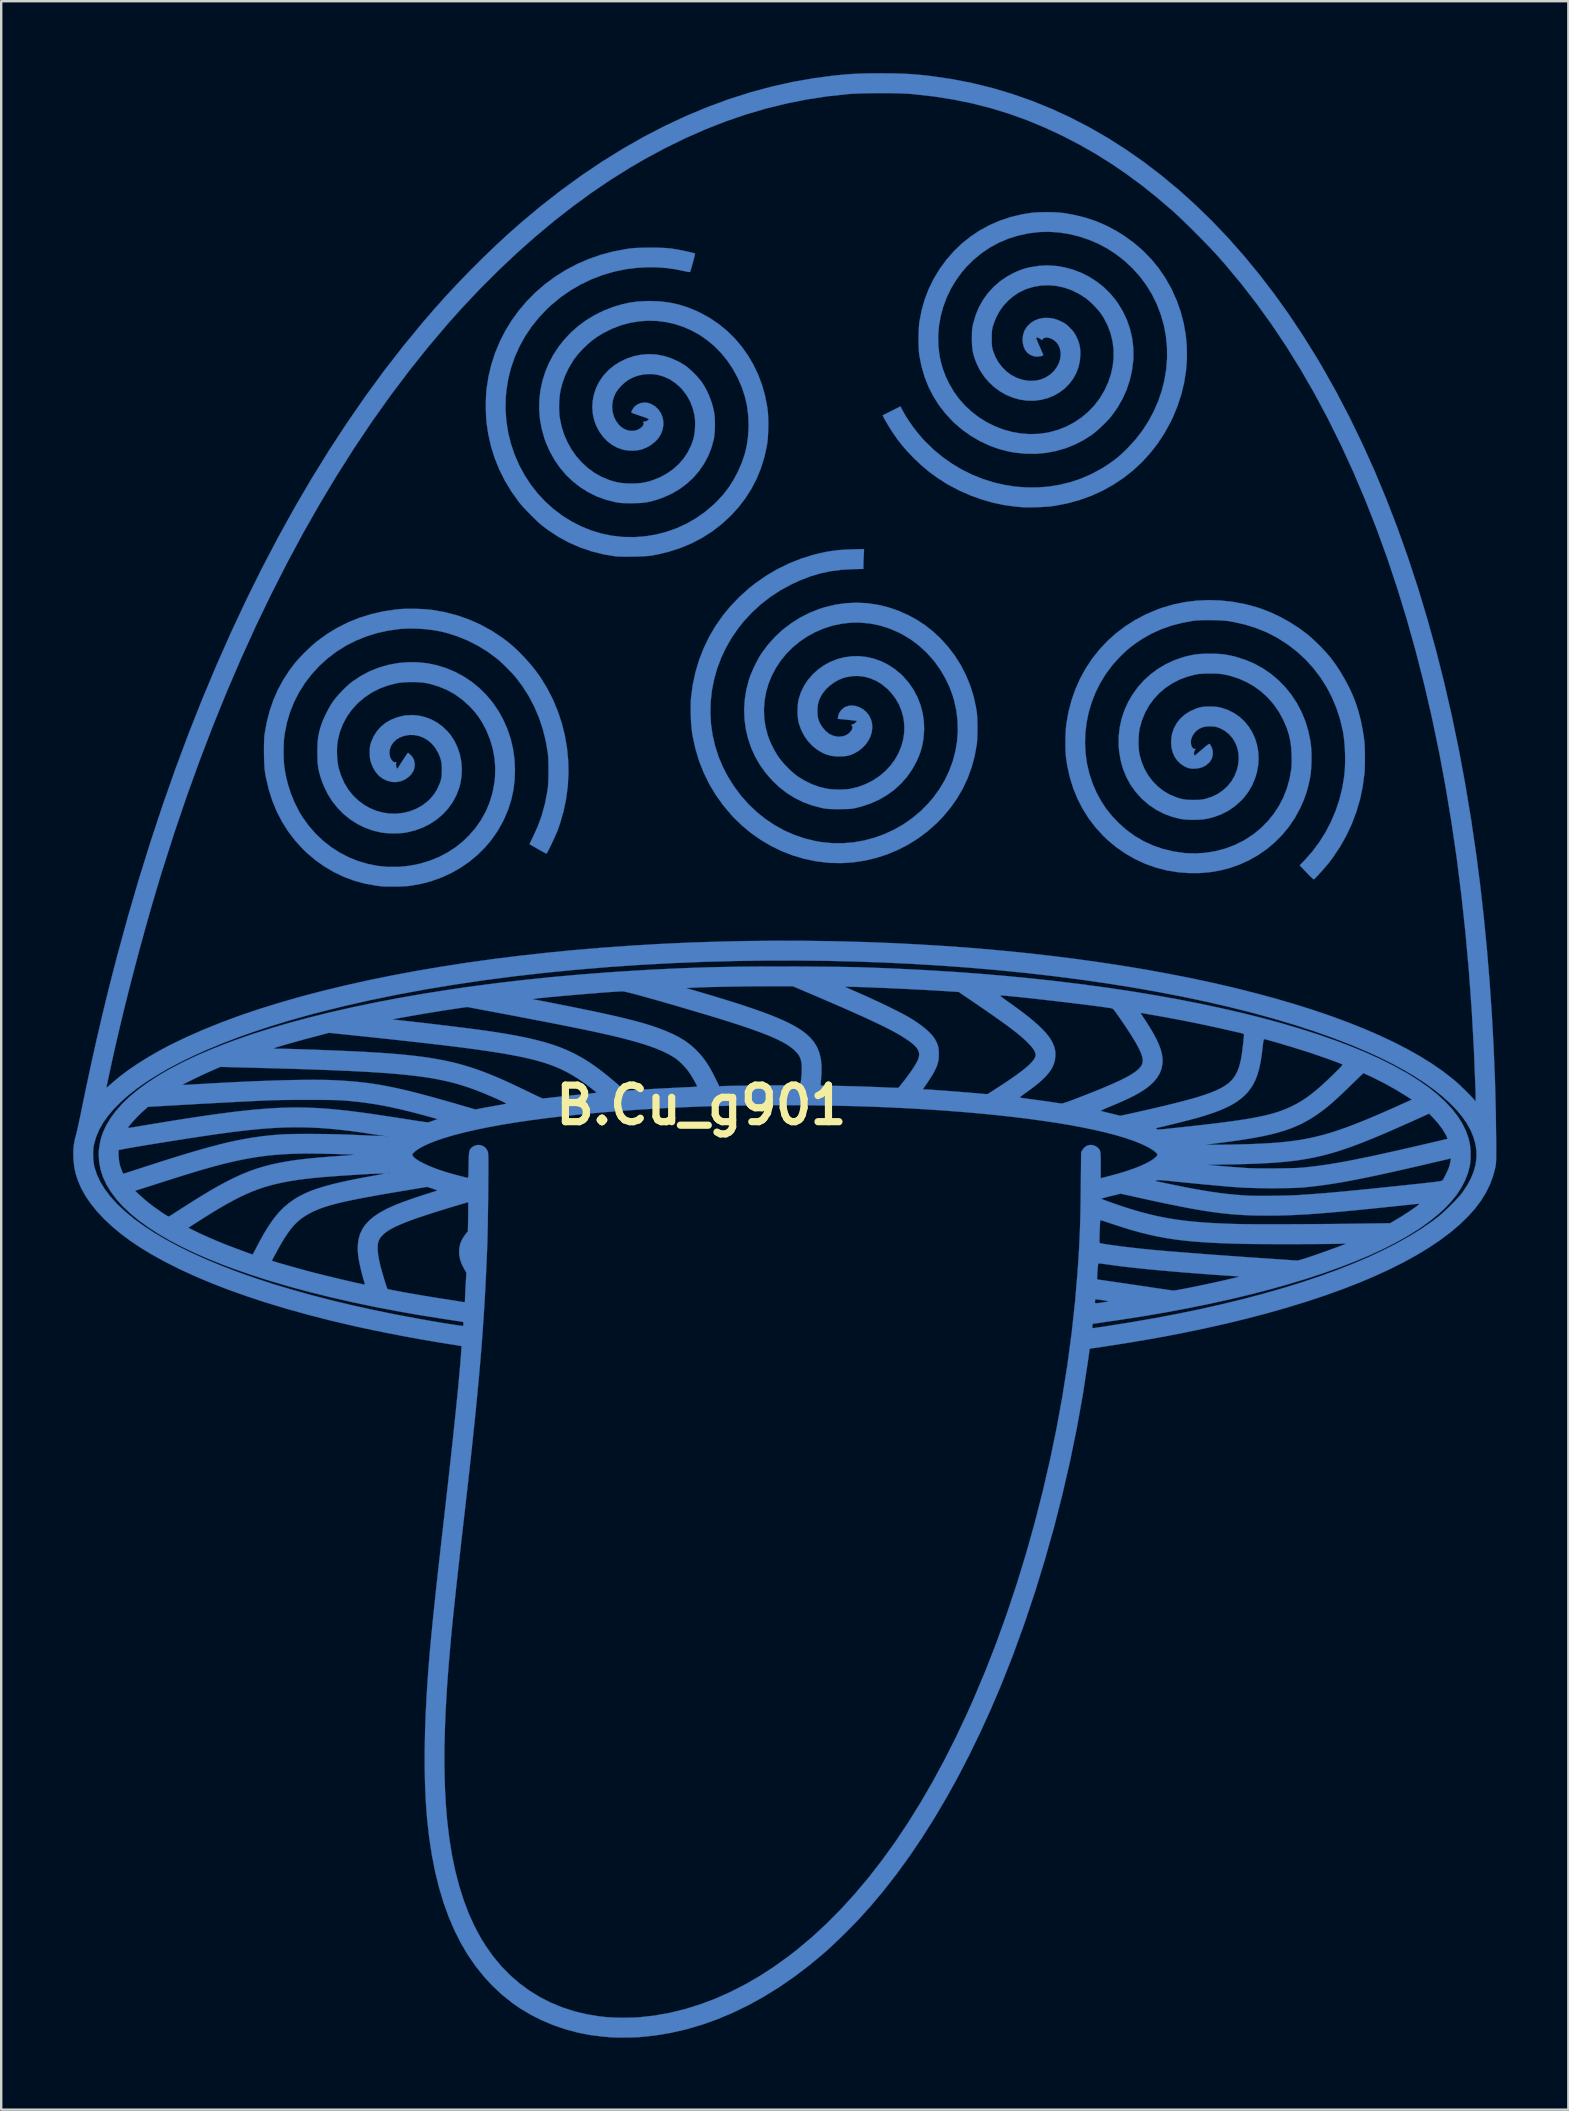
<source format=kicad_pcb>
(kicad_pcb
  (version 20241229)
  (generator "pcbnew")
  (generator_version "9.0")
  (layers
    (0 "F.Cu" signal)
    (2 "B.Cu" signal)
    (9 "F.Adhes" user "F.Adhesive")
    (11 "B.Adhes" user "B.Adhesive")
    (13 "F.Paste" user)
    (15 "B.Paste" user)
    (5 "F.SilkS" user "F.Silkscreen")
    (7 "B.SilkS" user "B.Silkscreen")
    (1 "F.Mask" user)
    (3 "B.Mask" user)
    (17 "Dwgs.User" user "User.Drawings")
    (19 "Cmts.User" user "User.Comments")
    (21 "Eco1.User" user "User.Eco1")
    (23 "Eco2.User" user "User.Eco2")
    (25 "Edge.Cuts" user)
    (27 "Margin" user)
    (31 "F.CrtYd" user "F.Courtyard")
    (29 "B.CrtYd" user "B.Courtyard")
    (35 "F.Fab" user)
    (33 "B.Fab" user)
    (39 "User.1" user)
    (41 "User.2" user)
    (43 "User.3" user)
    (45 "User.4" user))
  (footprint "B.Cu_g901"
    (layer "F.Cu")
    (at 26.161 42.983)
    (property "Reference" "B.Cu_g901" (at 0 0 0) (layer "F.SilkS") (effects (font (size 1.524 1.524) (thickness 0.3))))
    (attr through_hole)
    (fp_poly (pts (xy 6.766 -22.89) (xy 6.761 -22.77) (xy 6.756 -22.652) (xy 6.753 -22.548) (xy 6.752 -22.476) (xy 6.752 -22.336) (xy 6.292 -22.325) (xy 5.83 -22.298) (xy 5.39 -22.241) (xy 4.964 -22.15) (xy 4.545 -22.026) (xy 4.125 -21.864) (xy 3.757 -21.695) (xy 3.303 -21.448) (xy 2.876 -21.169) (xy 2.476 -20.858) (xy 2.105 -20.517) (xy 1.763 -20.146) (xy 1.547 -19.875) (xy 1.268 -19.472) (xy 1.027 -19.053) (xy 0.824 -18.62) (xy 0.658 -18.177) (xy 0.531 -17.725) (xy 0.442 -17.266) (xy 0.391 -16.804) (xy 0.379 -16.34) (xy 0.405 -15.877) (xy 0.471 -15.417) (xy 0.576 -14.962) (xy 0.719 -14.515) (xy 0.903 -14.079) (xy 1.106 -13.689) (xy 1.365 -13.276) (xy 1.653 -12.891) (xy 1.967 -12.536) (xy 2.306 -12.213) (xy 2.668 -11.922) (xy 3.052 -11.665) (xy 3.455 -11.442) (xy 3.875 -11.257) (xy 4.311 -11.108) (xy 4.761 -10.999) (xy 5.016 -10.955) (xy 5.461 -10.912) (xy 5.906 -10.91) (xy 6.348 -10.948) (xy 6.785 -11.024) (xy 7.213 -11.139) (xy 7.629 -11.29) (xy 8.032 -11.476) (xy 8.418 -11.697) (xy 8.783 -11.951) (xy 9.127 -12.238) (xy 9.444 -12.555) (xy 9.659 -12.806) (xy 9.92 -13.164) (xy 10.143 -13.54) (xy 10.329 -13.93) (xy 10.477 -14.331) (xy 10.585 -14.742) (xy 10.655 -15.16) (xy 10.685 -15.583) (xy 10.675 -16.007) (xy 10.625 -16.43) (xy 10.533 -16.85) (xy 10.463 -17.087) (xy 10.332 -17.433) (xy 10.166 -17.778) (xy 9.974 -18.11) (xy 9.76 -18.418) (xy 9.658 -18.546) (xy 9.369 -18.865) (xy 9.061 -19.146) (xy 8.734 -19.392) (xy 8.383 -19.604) (xy 8.223 -19.687) (xy 7.842 -19.851) (xy 7.453 -19.974) (xy 7.06 -20.056) (xy 6.664 -20.098) (xy 6.267 -20.099) (xy 5.873 -20.058) (xy 5.482 -19.977) (xy 5.098 -19.855) (xy 4.752 -19.707) (xy 4.405 -19.517) (xy 4.085 -19.299) (xy 3.793 -19.056) (xy 3.531 -18.789) (xy 3.299 -18.502) (xy 3.098 -18.196) (xy 2.93 -17.875) (xy 2.796 -17.541) (xy 2.697 -17.196) (xy 2.635 -16.843) (xy 2.609 -16.485) (xy 2.622 -16.124) (xy 2.675 -15.763) (xy 2.769 -15.404) (xy 2.775 -15.386) (xy 2.843 -15.202) (xy 2.933 -15.002) (xy 3.036 -14.8) (xy 3.146 -14.611) (xy 3.234 -14.478) (xy 3.343 -14.336) (xy 3.476 -14.185) (xy 3.622 -14.033) (xy 3.773 -13.89) (xy 3.918 -13.766) (xy 4.034 -13.68) (xy 4.315 -13.509) (xy 4.61 -13.367) (xy 4.911 -13.257) (xy 5.208 -13.185) (xy 5.257 -13.176) (xy 5.412 -13.158) (xy 5.588 -13.147) (xy 5.773 -13.144) (xy 5.952 -13.149) (xy 6.112 -13.162) (xy 6.196 -13.175) (xy 6.526 -13.254) (xy 6.841 -13.369) (xy 7.137 -13.518) (xy 7.411 -13.698) (xy 7.661 -13.908) (xy 7.882 -14.144) (xy 8.072 -14.404) (xy 8.213 -14.657) (xy 8.334 -14.95) (xy 8.414 -15.248) (xy 8.455 -15.547) (xy 8.456 -15.845) (xy 8.419 -16.137) (xy 8.344 -16.421) (xy 8.231 -16.694) (xy 8.081 -16.952) (xy 7.895 -17.192) (xy 7.755 -17.337) (xy 7.534 -17.521) (xy 7.298 -17.667) (xy 7.05 -17.776) (xy 6.793 -17.847) (xy 6.53 -17.878) (xy 6.265 -17.869) (xy 6.001 -17.818) (xy 5.905 -17.79) (xy 5.711 -17.709) (xy 5.52 -17.598) (xy 5.341 -17.464) (xy 5.183 -17.314) (xy 5.056 -17.154) (xy 5.019 -17.097) (xy 4.941 -16.952) (xy 4.888 -16.82) (xy 4.856 -16.687) (xy 4.841 -16.537) (xy 4.838 -16.436) (xy 4.843 -16.263) (xy 4.864 -16.118) (xy 4.903 -15.989) (xy 4.966 -15.864) (xy 5.039 -15.75) (xy 5.172 -15.591) (xy 5.319 -15.471) (xy 5.479 -15.391) (xy 5.652 -15.351) (xy 5.742 -15.346) (xy 5.893 -15.363) (xy 6.031 -15.411) (xy 6.149 -15.486) (xy 6.239 -15.584) (xy 6.28 -15.659) (xy 6.296 -15.72) (xy 6.295 -15.774) (xy 6.278 -15.807) (xy 6.264 -15.812) (xy 6.242 -15.819) (xy 6.25 -15.836) (xy 6.282 -15.854) (xy 6.308 -15.861) (xy 6.357 -15.882) (xy 6.41 -15.918) (xy 6.454 -15.96) (xy 6.476 -15.996) (xy 6.477 -16.002) (xy 6.457 -16.007) (xy 6.403 -16.015) (xy 6.323 -16.026) (xy 6.225 -16.038) (xy 6.116 -16.05) (xy 6.005 -16.062) (xy 5.9 -16.072) (xy 5.808 -16.081) (xy 5.738 -16.086) (xy 5.701 -16.087) (xy 5.69 -16.105) (xy 5.693 -16.152) (xy 5.707 -16.22) (xy 5.732 -16.297) (xy 5.745 -16.329) (xy 5.789 -16.402) (xy 5.856 -16.479) (xy 5.934 -16.548) (xy 5.991 -16.584) (xy 6.127 -16.632) (xy 6.278 -16.645) (xy 6.434 -16.625) (xy 6.59 -16.573) (xy 6.737 -16.491) (xy 6.868 -16.382) (xy 6.88 -16.369) (xy 6.995 -16.22) (xy 7.072 -16.057) (xy 7.114 -15.885) (xy 7.122 -15.707) (xy 7.098 -15.528) (xy 7.042 -15.351) (xy 6.956 -15.18) (xy 6.843 -15.02) (xy 6.702 -14.874) (xy 6.537 -14.746) (xy 6.348 -14.641) (xy 6.202 -14.582) (xy 6.113 -14.557) (xy 6.012 -14.54) (xy 5.887 -14.529) (xy 5.809 -14.525) (xy 5.584 -14.528) (xy 5.382 -14.557) (xy 5.189 -14.615) (xy 5.065 -14.667) (xy 4.842 -14.795) (xy 4.637 -14.958) (xy 4.454 -15.151) (xy 4.297 -15.372) (xy 4.168 -15.616) (xy 4.072 -15.878) (xy 4.06 -15.921) (xy 4.03 -16.07) (xy 4.013 -16.247) (xy 4.009 -16.437) (xy 4.016 -16.627) (xy 4.037 -16.804) (xy 4.06 -16.921) (xy 4.152 -17.202) (xy 4.282 -17.469) (xy 4.447 -17.718) (xy 4.646 -17.947) (xy 4.874 -18.153) (xy 5.13 -18.331) (xy 5.343 -18.448) (xy 5.642 -18.571) (xy 5.948 -18.653) (xy 6.261 -18.696) (xy 6.575 -18.701) (xy 6.888 -18.667) (xy 7.196 -18.596) (xy 7.496 -18.488) (xy 7.786 -18.343) (xy 8.061 -18.163) (xy 8.319 -17.948) (xy 8.399 -17.87) (xy 8.635 -17.601) (xy 8.836 -17.311) (xy 9.001 -17.001) (xy 9.129 -16.676) (xy 9.219 -16.337) (xy 9.271 -15.989) (xy 9.283 -15.634) (xy 9.255 -15.274) (xy 9.226 -15.097) (xy 9.182 -14.895) (xy 9.126 -14.707) (xy 9.054 -14.516) (xy 8.962 -14.31) (xy 8.782 -13.981) (xy 8.568 -13.676) (xy 8.323 -13.397) (xy 8.048 -13.145) (xy 7.746 -12.923) (xy 7.417 -12.731) (xy 7.064 -12.57) (xy 6.688 -12.443) (xy 6.432 -12.379) (xy 6.353 -12.362) (xy 6.279 -12.35) (xy 6.202 -12.341) (xy 6.114 -12.336) (xy 6.006 -12.332) (xy 5.871 -12.331) (xy 5.736 -12.33) (xy 5.573 -12.33) (xy 5.444 -12.332) (xy 5.341 -12.336) (xy 5.254 -12.342) (xy 5.175 -12.351) (xy 5.096 -12.364) (xy 5.016 -12.38) (xy 4.62 -12.483) (xy 4.244 -12.621) (xy 3.889 -12.796) (xy 3.553 -13.008) (xy 3.235 -13.259) (xy 2.961 -13.519) (xy 2.687 -13.832) (xy 2.447 -14.166) (xy 2.244 -14.52) (xy 2.077 -14.889) (xy 1.947 -15.273) (xy 1.855 -15.667) (xy 1.801 -16.069) (xy 1.786 -16.477) (xy 1.811 -16.888) (xy 1.875 -17.299) (xy 1.981 -17.708) (xy 2 -17.769) (xy 2.054 -17.917) (xy 2.126 -18.089) (xy 2.21 -18.271) (xy 2.301 -18.453) (xy 2.392 -18.624) (xy 2.478 -18.77) (xy 2.509 -18.817) (xy 2.771 -19.171) (xy 3.065 -19.499) (xy 3.387 -19.798) (xy 3.736 -20.066) (xy 4.107 -20.302) (xy 4.499 -20.502) (xy 4.908 -20.666) (xy 5.149 -20.742) (xy 5.588 -20.847) (xy 6.029 -20.909) (xy 6.47 -20.929) (xy 6.91 -20.907) (xy 7.348 -20.844) (xy 7.78 -20.74) (xy 8.207 -20.594) (xy 8.613 -20.414) (xy 8.98 -20.214) (xy 9.319 -19.992) (xy 9.639 -19.741) (xy 9.948 -19.454) (xy 9.95 -19.453) (xy 10.269 -19.105) (xy 10.554 -18.732) (xy 10.806 -18.335) (xy 11.021 -17.918) (xy 11.2 -17.482) (xy 11.342 -17.03) (xy 11.444 -16.563) (xy 11.476 -16.362) (xy 11.487 -16.252) (xy 11.495 -16.111) (xy 11.5 -15.946) (xy 11.503 -15.768) (xy 11.502 -15.586) (xy 11.499 -15.409) (xy 11.493 -15.249) (xy 11.485 -15.113) (xy 11.476 -15.028) (xy 11.387 -14.541) (xy 11.261 -14.072) (xy 11.096 -13.622) (xy 10.894 -13.19) (xy 10.653 -12.776) (xy 10.374 -12.381) (xy 10.058 -12.005) (xy 9.79 -11.73) (xy 9.424 -11.405) (xy 9.034 -11.114) (xy 8.623 -10.856) (xy 8.193 -10.634) (xy 7.747 -10.447) (xy 7.287 -10.298) (xy 6.818 -10.186) (xy 6.34 -10.114) (xy 5.858 -10.082) (xy 5.375 -10.09) (xy 5.26 -10.099) (xy 4.767 -10.16) (xy 4.282 -10.262) (xy 3.807 -10.404) (xy 3.346 -10.583) (xy 2.9 -10.8) (xy 2.472 -11.053) (xy 2.064 -11.34) (xy 1.68 -11.66) (xy 1.321 -12.012) (xy 1.243 -12.097) (xy 0.901 -12.506) (xy 0.596 -12.934) (xy 0.33 -13.38) (xy 0.102 -13.845) (xy -0.089 -14.329) (xy -0.241 -14.832) (xy -0.355 -15.353) (xy -0.384 -15.526) (xy -0.404 -15.684) (xy -0.42 -15.874) (xy -0.432 -16.083) (xy -0.439 -16.301) (xy -0.442 -16.518) (xy -0.44 -16.721) (xy -0.432 -16.9) (xy -0.426 -16.986) (xy -0.354 -17.518) (xy -0.243 -18.035) (xy -0.093 -18.538) (xy 0.096 -19.025) (xy 0.322 -19.494) (xy 0.584 -19.944) (xy 0.883 -20.374) (xy 1.217 -20.782) (xy 1.586 -21.167) (xy 1.988 -21.528) (xy 2.254 -21.739) (xy 2.697 -22.048) (xy 3.163 -22.322) (xy 3.648 -22.56) (xy 4.15 -22.761) (xy 4.664 -22.922) (xy 4.964 -22.996) (xy 5.224 -23.05) (xy 5.474 -23.09) (xy 5.727 -23.12) (xy 5.996 -23.139) (xy 6.285 -23.15) (xy 6.78 -23.162) (xy 6.766 -22.89)) (stroke (width 0.01) (type solid)) (fill yes) (layer "B.Cu"))
    (fp_poly (pts (xy 14.507 -37.196) (xy 14.722 -37.19) (xy 14.919 -37.178) (xy 15.081 -37.161) (xy 15.564 -37.076) (xy 16.021 -36.962) (xy 16.456 -36.815) (xy 16.875 -36.634) (xy 17.283 -36.417) (xy 17.611 -36.213) (xy 18.018 -35.918) (xy 18.393 -35.595) (xy 18.735 -35.246) (xy 19.044 -34.87) (xy 19.321 -34.467) (xy 19.565 -34.037) (xy 19.599 -33.971) (xy 19.805 -33.51) (xy 19.97 -33.04) (xy 20.095 -32.56) (xy 20.18 -32.074) (xy 20.224 -31.584) (xy 20.228 -31.091) (xy 20.191 -30.596) (xy 20.114 -30.103) (xy 19.997 -29.613) (xy 19.839 -29.128) (xy 19.641 -28.649) (xy 19.545 -28.448) (xy 19.292 -27.989) (xy 19.008 -27.557) (xy 18.693 -27.154) (xy 18.35 -26.78) (xy 17.979 -26.436) (xy 17.583 -26.124) (xy 17.162 -25.844) (xy 16.719 -25.597) (xy 16.255 -25.386) (xy 15.77 -25.21) (xy 15.268 -25.071) (xy 14.749 -24.969) (xy 14.573 -24.944) (xy 14.476 -24.934) (xy 14.35 -24.925) (xy 14.205 -24.916) (xy 14.048 -24.909) (xy 13.888 -24.904) (xy 13.735 -24.9) (xy 13.596 -24.899) (xy 13.481 -24.9) (xy 13.398 -24.904) (xy 13.388 -24.904) (xy 13.332 -24.91) (xy 13.247 -24.918) (xy 13.145 -24.928) (xy 13.06 -24.936) (xy 12.6 -24.998) (xy 12.133 -25.098) (xy 11.664 -25.233) (xy 11.199 -25.402) (xy 10.747 -25.602) (xy 10.312 -25.83) (xy 10.191 -25.901) (xy 9.834 -26.13) (xy 9.5 -26.374) (xy 9.179 -26.643) (xy 8.861 -26.943) (xy 8.783 -27.022) (xy 8.561 -27.257) (xy 8.365 -27.484) (xy 8.184 -27.716) (xy 8.008 -27.966) (xy 7.972 -28.019) (xy 7.906 -28.122) (xy 7.836 -28.233) (xy 7.768 -28.345) (xy 7.704 -28.454) (xy 7.647 -28.552) (xy 7.602 -28.635) (xy 7.572 -28.695) (xy 7.559 -28.728) (xy 7.559 -28.732) (xy 7.58 -28.744) (xy 7.632 -28.771) (xy 7.711 -28.811) (xy 7.809 -28.86) (xy 7.922 -28.917) (xy 7.931 -28.922) (xy 8.296 -29.104) (xy 8.386 -28.93) (xy 8.51 -28.711) (xy 8.661 -28.476) (xy 8.831 -28.236) (xy 9.014 -28) (xy 9.202 -27.778) (xy 9.312 -27.658) (xy 9.669 -27.311) (xy 10.047 -26.997) (xy 10.444 -26.717) (xy 10.857 -26.471) (xy 11.285 -26.26) (xy 11.724 -26.083) (xy 12.173 -25.941) (xy 12.629 -25.834) (xy 13.09 -25.763) (xy 13.553 -25.728) (xy 14.017 -25.729) (xy 14.478 -25.766) (xy 14.935 -25.841) (xy 15.385 -25.952) (xy 15.825 -26.101) (xy 16.255 -26.288) (xy 16.67 -26.513) (xy 16.9 -26.658) (xy 17.081 -26.782) (xy 17.24 -26.899) (xy 17.387 -27.018) (xy 17.533 -27.148) (xy 17.69 -27.298) (xy 17.769 -27.378) (xy 18.09 -27.729) (xy 18.377 -28.102) (xy 18.631 -28.495) (xy 18.851 -28.906) (xy 19.035 -29.331) (xy 19.183 -29.767) (xy 19.294 -30.213) (xy 19.368 -30.665) (xy 19.403 -31.12) (xy 19.398 -31.576) (xy 19.354 -32.031) (xy 19.271 -32.47) (xy 19.144 -32.921) (xy 18.979 -33.352) (xy 18.778 -33.763) (xy 18.541 -34.151) (xy 18.27 -34.516) (xy 17.964 -34.857) (xy 17.624 -35.173) (xy 17.272 -35.448) (xy 16.914 -35.68) (xy 16.533 -35.882) (xy 16.135 -36.051) (xy 15.724 -36.187) (xy 15.306 -36.288) (xy 14.885 -36.352) (xy 14.467 -36.379) (xy 14.079 -36.368) (xy 13.632 -36.314) (xy 13.201 -36.222) (xy 12.788 -36.092) (xy 12.393 -35.925) (xy 12.018 -35.721) (xy 11.665 -35.482) (xy 11.334 -35.209) (xy 11.028 -34.901) (xy 10.867 -34.713) (xy 10.616 -34.371) (xy 10.399 -34.011) (xy 10.218 -33.634) (xy 10.074 -33.244) (xy 9.967 -32.845) (xy 9.897 -32.44) (xy 9.867 -32.031) (xy 9.875 -31.622) (xy 9.924 -31.217) (xy 9.98 -30.951) (xy 10.066 -30.653) (xy 10.181 -30.353) (xy 10.322 -30.057) (xy 10.516 -29.723) (xy 10.741 -29.413) (xy 10.995 -29.128) (xy 11.275 -28.871) (xy 11.576 -28.642) (xy 11.897 -28.443) (xy 12.234 -28.276) (xy 12.584 -28.141) (xy 12.945 -28.041) (xy 13.313 -27.977) (xy 13.685 -27.95) (xy 14.058 -27.961) (xy 14.429 -28.013) (xy 14.492 -28.026) (xy 14.853 -28.126) (xy 15.199 -28.262) (xy 15.527 -28.434) (xy 15.833 -28.639) (xy 16.115 -28.876) (xy 16.369 -29.14) (xy 16.592 -29.432) (xy 16.607 -29.453) (xy 16.797 -29.774) (xy 16.949 -30.105) (xy 17.063 -30.443) (xy 17.138 -30.785) (xy 17.174 -31.128) (xy 17.172 -31.471) (xy 17.131 -31.809) (xy 17.051 -32.14) (xy 16.932 -32.463) (xy 16.775 -32.772) (xy 16.672 -32.935) (xy 16.58 -33.058) (xy 16.463 -33.194) (xy 16.332 -33.332) (xy 16.196 -33.462) (xy 16.067 -33.573) (xy 16.007 -33.619) (xy 15.72 -33.801) (xy 15.422 -33.947) (xy 15.115 -34.054) (xy 14.803 -34.122) (xy 14.489 -34.152) (xy 14.175 -34.142) (xy 13.866 -34.093) (xy 13.564 -34.004) (xy 13.462 -33.963) (xy 13.212 -33.839) (xy 12.981 -33.683) (xy 12.786 -33.515) (xy 12.578 -33.291) (xy 12.405 -33.045) (xy 12.265 -32.774) (xy 12.157 -32.48) (xy 12.135 -32.403) (xy 12.119 -32.334) (xy 12.109 -32.266) (xy 12.102 -32.186) (xy 12.099 -32.084) (xy 12.098 -31.951) (xy 12.098 -31.815) (xy 12.101 -31.71) (xy 12.107 -31.628) (xy 12.117 -31.559) (xy 12.132 -31.491) (xy 12.145 -31.446) (xy 12.238 -31.193) (xy 12.364 -30.96) (xy 12.519 -30.752) (xy 12.699 -30.571) (xy 12.901 -30.42) (xy 13.122 -30.302) (xy 13.359 -30.218) (xy 13.608 -30.173) (xy 13.665 -30.169) (xy 13.895 -30.174) (xy 14.116 -30.218) (xy 14.321 -30.298) (xy 14.508 -30.412) (xy 14.671 -30.558) (xy 14.797 -30.719) (xy 14.889 -30.889) (xy 14.946 -31.06) (xy 14.971 -31.23) (xy 14.964 -31.394) (xy 14.928 -31.546) (xy 14.863 -31.683) (xy 14.77 -31.799) (xy 14.65 -31.891) (xy 14.506 -31.953) (xy 14.467 -31.963) (xy 14.393 -31.976) (xy 14.337 -31.973) (xy 14.282 -31.955) (xy 14.227 -31.923) (xy 14.203 -31.889) (xy 14.203 -31.885) (xy 14.199 -31.864) (xy 14.181 -31.87) (xy 14.153 -31.895) (xy 14.105 -31.929) (xy 14.044 -31.957) (xy 13.987 -31.974) (xy 13.949 -31.972) (xy 13.948 -31.972) (xy 13.951 -31.95) (xy 13.969 -31.896) (xy 14 -31.817) (xy 14.041 -31.717) (xy 14.088 -31.609) (xy 14.138 -31.495) (xy 14.182 -31.396) (xy 14.216 -31.316) (xy 14.238 -31.262) (xy 14.245 -31.242) (xy 14.226 -31.224) (xy 14.176 -31.207) (xy 14.106 -31.192) (xy 14.029 -31.182) (xy 13.968 -31.179) (xy 13.835 -31.198) (xy 13.705 -31.251) (xy 13.591 -31.331) (xy 13.574 -31.347) (xy 13.487 -31.462) (xy 13.426 -31.603) (xy 13.391 -31.761) (xy 13.384 -31.927) (xy 13.406 -32.092) (xy 13.458 -32.249) (xy 13.473 -32.281) (xy 13.577 -32.439) (xy 13.711 -32.571) (xy 13.87 -32.675) (xy 14.051 -32.748) (xy 14.249 -32.787) (xy 14.35 -32.792) (xy 14.518 -32.786) (xy 14.669 -32.763) (xy 14.817 -32.718) (xy 14.98 -32.648) (xy 14.985 -32.646) (xy 15.088 -32.593) (xy 15.171 -32.541) (xy 15.248 -32.48) (xy 15.335 -32.398) (xy 15.356 -32.377) (xy 15.444 -32.285) (xy 15.511 -32.203) (xy 15.566 -32.119) (xy 15.62 -32.016) (xy 15.626 -32.004) (xy 15.698 -31.843) (xy 15.746 -31.697) (xy 15.775 -31.551) (xy 15.788 -31.388) (xy 15.79 -31.283) (xy 15.77 -31.005) (xy 15.711 -30.739) (xy 15.616 -30.489) (xy 15.488 -30.257) (xy 15.328 -30.045) (xy 15.141 -29.855) (xy 14.927 -29.692) (xy 14.69 -29.556) (xy 14.433 -29.451) (xy 14.157 -29.38) (xy 13.875 -29.344) (xy 13.57 -29.346) (xy 13.271 -29.389) (xy 12.981 -29.469) (xy 12.703 -29.584) (xy 12.44 -29.734) (xy 12.195 -29.915) (xy 11.972 -30.124) (xy 11.773 -30.361) (xy 11.602 -30.623) (xy 11.462 -30.907) (xy 11.397 -31.077) (xy 11.351 -31.222) (xy 11.317 -31.356) (xy 11.294 -31.491) (xy 11.28 -31.637) (xy 11.273 -31.806) (xy 11.272 -31.951) (xy 11.273 -32.096) (xy 11.276 -32.21) (xy 11.282 -32.303) (xy 11.292 -32.384) (xy 11.306 -32.466) (xy 11.326 -32.558) (xy 11.33 -32.572) (xy 11.433 -32.92) (xy 11.572 -33.249) (xy 11.746 -33.556) (xy 11.953 -33.84) (xy 12.191 -34.097) (xy 12.458 -34.326) (xy 12.752 -34.525) (xy 12.986 -34.65) (xy 13.153 -34.728) (xy 13.3 -34.788) (xy 13.442 -34.836) (xy 13.593 -34.877) (xy 13.711 -34.904) (xy 14.069 -34.961) (xy 14.43 -34.977) (xy 14.791 -34.954) (xy 15.148 -34.893) (xy 15.498 -34.796) (xy 15.838 -34.665) (xy 16.164 -34.499) (xy 16.472 -34.301) (xy 16.761 -34.073) (xy 17.026 -33.815) (xy 17.264 -33.528) (xy 17.352 -33.405) (xy 17.56 -33.062) (xy 17.728 -32.704) (xy 17.857 -32.333) (xy 17.946 -31.952) (xy 17.994 -31.562) (xy 18 -31.167) (xy 17.992 -31.018) (xy 17.939 -30.597) (xy 17.846 -30.188) (xy 17.713 -29.792) (xy 17.541 -29.411) (xy 17.331 -29.047) (xy 17.084 -28.703) (xy 17.065 -28.679) (xy 16.968 -28.567) (xy 16.848 -28.44) (xy 16.714 -28.308) (xy 16.576 -28.178) (xy 16.442 -28.06) (xy 16.321 -27.963) (xy 16.279 -27.931) (xy 15.923 -27.702) (xy 15.55 -27.511) (xy 15.16 -27.357) (xy 14.758 -27.243) (xy 14.345 -27.167) (xy 13.923 -27.131) (xy 13.495 -27.135) (xy 13.064 -27.18) (xy 12.816 -27.223) (xy 12.408 -27.328) (xy 12.006 -27.472) (xy 11.616 -27.654) (xy 11.242 -27.871) (xy 10.889 -28.119) (xy 10.561 -28.398) (xy 10.48 -28.475) (xy 10.17 -28.807) (xy 9.898 -29.159) (xy 9.662 -29.532) (xy 9.463 -29.926) (xy 9.3 -30.341) (xy 9.173 -30.778) (xy 9.082 -31.237) (xy 9.077 -31.274) (xy 9.064 -31.395) (xy 9.055 -31.549) (xy 9.05 -31.726) (xy 9.049 -31.914) (xy 9.051 -32.106) (xy 9.058 -32.29) (xy 9.068 -32.457) (xy 9.081 -32.597) (xy 9.087 -32.639) (xy 9.179 -33.109) (xy 9.306 -33.558) (xy 9.47 -33.988) (xy 9.673 -34.403) (xy 9.914 -34.806) (xy 9.928 -34.826) (xy 10.209 -35.212) (xy 10.519 -35.567) (xy 10.855 -35.89) (xy 11.217 -36.18) (xy 11.602 -36.436) (xy 12.01 -36.657) (xy 12.439 -36.843) (xy 12.888 -36.993) (xy 13.355 -37.105) (xy 13.695 -37.161) (xy 13.867 -37.179) (xy 14.068 -37.191) (xy 14.285 -37.196) (xy 14.507 -37.196)) (stroke (width 0.01) (type solid)) (fill yes) (layer "B.Cu"))
    (fp_poly (pts (xy -1.829 -35.716) (xy -1.626 -35.709) (xy -1.444 -35.699) (xy -1.292 -35.685) (xy -1.249 -35.679) (xy -1.122 -35.66) (xy -0.984 -35.636) (xy -0.841 -35.61) (xy -0.701 -35.581) (xy -0.569 -35.553) (xy -0.452 -35.526) (xy -0.358 -35.502) (xy -0.292 -35.482) (xy -0.26 -35.468) (xy -0.26 -35.468) (xy -0.263 -35.445) (xy -0.275 -35.39) (xy -0.294 -35.31) (xy -0.319 -35.213) (xy -0.348 -35.107) (xy -0.378 -34.999) (xy -0.406 -34.899) (xy -0.432 -34.812) (xy -0.452 -34.748) (xy -0.465 -34.714) (xy -0.466 -34.712) (xy -0.485 -34.703) (xy -0.528 -34.705) (xy -0.6 -34.717) (xy -0.708 -34.74) (xy -0.712 -34.741) (xy -1.075 -34.816) (xy -1.423 -34.866) (xy -1.772 -34.895) (xy -2.126 -34.904) (xy -2.632 -34.883) (xy -3.133 -34.821) (xy -3.624 -34.72) (xy -4.105 -34.579) (xy -4.571 -34.401) (xy -5.022 -34.185) (xy -5.454 -33.934) (xy -5.865 -33.648) (xy -6.252 -33.327) (xy -6.421 -33.169) (xy -6.762 -32.81) (xy -7.067 -32.43) (xy -7.337 -32.029) (xy -7.57 -31.61) (xy -7.765 -31.174) (xy -7.922 -30.724) (xy -8.039 -30.261) (xy -8.117 -29.787) (xy -8.146 -29.452) (xy -8.154 -28.97) (xy -8.119 -28.492) (xy -8.045 -28.019) (xy -7.931 -27.556) (xy -7.779 -27.104) (xy -7.59 -26.666) (xy -7.363 -26.245) (xy -7.102 -25.845) (xy -6.809 -25.472) (xy -6.494 -25.134) (xy -6.153 -24.828) (xy -5.79 -24.554) (xy -5.406 -24.314) (xy -5.006 -24.109) (xy -4.591 -23.94) (xy -4.164 -23.81) (xy -3.728 -23.719) (xy -3.285 -23.669) (xy -3.253 -23.667) (xy -2.787 -23.66) (xy -2.329 -23.694) (xy -1.879 -23.769) (xy -1.44 -23.883) (xy -1.014 -24.035) (xy -0.604 -24.225) (xy -0.212 -24.451) (xy 0.161 -24.714) (xy 0.511 -25.012) (xy 0.663 -25.159) (xy 0.915 -25.433) (xy 1.136 -25.72) (xy 1.334 -26.028) (xy 1.514 -26.363) (xy 1.678 -26.734) (xy 1.804 -27.099) (xy 1.894 -27.469) (xy 1.948 -27.849) (xy 1.97 -28.249) (xy 1.971 -28.342) (xy 1.954 -28.745) (xy 1.905 -29.128) (xy 1.821 -29.5) (xy 1.701 -29.869) (xy 1.543 -30.241) (xy 1.513 -30.303) (xy 1.311 -30.674) (xy 1.081 -31.017) (xy 0.826 -31.329) (xy 0.549 -31.611) (xy 0.251 -31.861) (xy -0.065 -32.079) (xy -0.397 -32.264) (xy -0.742 -32.416) (xy -1.099 -32.534) (xy -1.464 -32.617) (xy -1.835 -32.664) (xy -2.211 -32.676) (xy -2.588 -32.65) (xy -2.965 -32.587) (xy -3.339 -32.486) (xy -3.708 -32.346) (xy -4.07 -32.167) (xy -4.35 -31.996) (xy -4.552 -31.848) (xy -4.758 -31.671) (xy -4.958 -31.476) (xy -5.141 -31.273) (xy -5.297 -31.071) (xy -5.34 -31.009) (xy -5.529 -30.692) (xy -5.681 -30.371) (xy -5.796 -30.038) (xy -5.863 -29.771) (xy -5.894 -29.586) (xy -5.914 -29.375) (xy -5.923 -29.152) (xy -5.921 -28.932) (xy -5.908 -28.73) (xy -5.897 -28.644) (xy -5.825 -28.285) (xy -5.717 -27.941) (xy -5.576 -27.615) (xy -5.404 -27.308) (xy -5.203 -27.024) (xy -4.975 -26.766) (xy -4.723 -26.536) (xy -4.448 -26.336) (xy -4.154 -26.171) (xy -3.84 -26.041) (xy -3.799 -26.028) (xy -3.645 -25.98) (xy -3.511 -25.945) (xy -3.383 -25.922) (xy -3.247 -25.906) (xy -3.088 -25.896) (xy -3.025 -25.893) (xy -2.782 -25.891) (xy -2.565 -25.905) (xy -2.359 -25.938) (xy -2.149 -25.99) (xy -2.033 -26.027) (xy -1.72 -26.151) (xy -1.431 -26.308) (xy -1.167 -26.494) (xy -0.932 -26.708) (xy -0.726 -26.947) (xy -0.554 -27.21) (xy -0.416 -27.493) (xy -0.324 -27.76) (xy -0.29 -27.921) (xy -0.267 -28.109) (xy -0.256 -28.308) (xy -0.258 -28.505) (xy -0.274 -28.684) (xy -0.284 -28.751) (xy -0.361 -29.05) (xy -0.473 -29.33) (xy -0.62 -29.587) (xy -0.801 -29.819) (xy -0.877 -29.899) (xy -1.091 -30.086) (xy -1.32 -30.236) (xy -1.562 -30.347) (xy -1.813 -30.42) (xy -2.071 -30.453) (xy -2.332 -30.446) (xy -2.593 -30.398) (xy -2.734 -30.354) (xy -2.894 -30.289) (xy -3.035 -30.212) (xy -3.169 -30.114) (xy -3.309 -29.988) (xy -3.325 -29.972) (xy -3.463 -29.821) (xy -3.565 -29.668) (xy -3.64 -29.503) (xy -3.692 -29.315) (xy -3.694 -29.305) (xy -3.716 -29.1) (xy -3.699 -28.895) (xy -3.647 -28.697) (xy -3.561 -28.514) (xy -3.443 -28.35) (xy -3.357 -28.263) (xy -3.225 -28.172) (xy -3.08 -28.111) (xy -2.928 -28.084) (xy -2.78 -28.091) (xy -2.656 -28.128) (xy -2.56 -28.181) (xy -2.482 -28.243) (xy -2.427 -28.309) (xy -2.4 -28.372) (xy -2.406 -28.425) (xy -2.415 -28.439) (xy -2.425 -28.461) (xy -2.403 -28.469) (xy -2.383 -28.469) (xy -2.311 -28.483) (xy -2.236 -28.517) (xy -2.185 -28.559) (xy -2.183 -28.571) (xy -2.2 -28.586) (xy -2.24 -28.606) (xy -2.307 -28.633) (xy -2.407 -28.668) (xy -2.53 -28.71) (xy -2.648 -28.749) (xy -2.752 -28.786) (xy -2.834 -28.817) (xy -2.89 -28.839) (xy -2.911 -28.851) (xy -2.91 -28.884) (xy -2.887 -28.938) (xy -2.849 -29.003) (xy -2.802 -29.067) (xy -2.769 -29.103) (xy -2.652 -29.191) (xy -2.516 -29.245) (xy -2.368 -29.265) (xy -2.217 -29.249) (xy -2.09 -29.206) (xy -1.927 -29.108) (xy -1.794 -28.984) (xy -1.692 -28.839) (xy -1.621 -28.678) (xy -1.584 -28.504) (xy -1.58 -28.324) (xy -1.611 -28.142) (xy -1.678 -27.963) (xy -1.781 -27.791) (xy -1.789 -27.781) (xy -1.923 -27.635) (xy -2.088 -27.504) (xy -2.274 -27.396) (xy -2.471 -27.317) (xy -2.541 -27.297) (xy -2.69 -27.272) (xy -2.862 -27.263) (xy -3.039 -27.269) (xy -3.204 -27.29) (xy -3.269 -27.305) (xy -3.498 -27.385) (xy -3.714 -27.502) (xy -3.911 -27.654) (xy -4.088 -27.837) (xy -4.241 -28.046) (xy -4.367 -28.28) (xy -4.451 -28.501) (xy -4.515 -28.772) (xy -4.539 -29.05) (xy -4.523 -29.329) (xy -4.47 -29.606) (xy -4.38 -29.874) (xy -4.253 -30.13) (xy -4.091 -30.369) (xy -4.074 -30.391) (xy -3.87 -30.611) (xy -3.638 -30.803) (xy -3.382 -30.965) (xy -3.106 -31.096) (xy -2.816 -31.194) (xy -2.516 -31.256) (xy -2.211 -31.282) (xy -1.905 -31.269) (xy -1.848 -31.262) (xy -1.539 -31.201) (xy -1.232 -31.101) (xy -0.936 -30.967) (xy -0.686 -30.818) (xy -0.578 -30.738) (xy -0.454 -30.631) (xy -0.325 -30.509) (xy -0.198 -30.379) (xy -0.084 -30.251) (xy 0.01 -30.134) (xy 0.035 -30.099) (xy 0.188 -29.846) (xy 0.321 -29.567) (xy 0.431 -29.274) (xy 0.511 -28.98) (xy 0.541 -28.819) (xy 0.557 -28.674) (xy 0.566 -28.505) (xy 0.568 -28.322) (xy 0.563 -28.137) (xy 0.551 -27.963) (xy 0.534 -27.811) (xy 0.519 -27.728) (xy 0.419 -27.369) (xy 0.282 -27.027) (xy 0.109 -26.707) (xy -0.097 -26.408) (xy -0.335 -26.134) (xy -0.603 -25.886) (xy -0.9 -25.665) (xy -1.223 -25.475) (xy -1.57 -25.317) (xy -1.805 -25.233) (xy -1.976 -25.181) (xy -2.127 -25.141) (xy -2.269 -25.112) (xy -2.413 -25.092) (xy -2.57 -25.08) (xy -2.751 -25.075) (xy -2.9 -25.073) (xy -3.061 -25.073) (xy -3.189 -25.075) (xy -3.292 -25.079) (xy -3.38 -25.086) (xy -3.462 -25.096) (xy -3.546 -25.111) (xy -3.597 -25.121) (xy -3.986 -25.221) (xy -4.358 -25.358) (xy -4.71 -25.532) (xy -5.041 -25.739) (xy -5.349 -25.98) (xy -5.632 -26.251) (xy -5.888 -26.552) (xy -6.115 -26.88) (xy -6.312 -27.235) (xy -6.477 -27.613) (xy -6.537 -27.782) (xy -6.649 -28.184) (xy -6.721 -28.586) (xy -6.752 -28.987) (xy -6.745 -29.385) (xy -6.7 -29.777) (xy -6.618 -30.161) (xy -6.501 -30.536) (xy -6.351 -30.898) (xy -6.167 -31.246) (xy -5.951 -31.577) (xy -5.705 -31.89) (xy -5.429 -32.182) (xy -5.125 -32.451) (xy -4.794 -32.695) (xy -4.436 -32.912) (xy -4.054 -33.099) (xy -3.648 -33.255) (xy -3.598 -33.271) (xy -3.287 -33.361) (xy -2.986 -33.427) (xy -2.68 -33.469) (xy -2.358 -33.49) (xy -2.138 -33.494) (xy -1.726 -33.479) (xy -1.336 -33.432) (xy -0.958 -33.352) (xy -0.586 -33.237) (xy -0.21 -33.085) (xy -0.032 -33) (xy 0.362 -32.783) (xy 0.731 -32.533) (xy 1.075 -32.25) (xy 1.393 -31.938) (xy 1.682 -31.598) (xy 1.942 -31.233) (xy 2.17 -30.845) (xy 2.366 -30.435) (xy 2.528 -30.006) (xy 2.654 -29.56) (xy 2.744 -29.1) (xy 2.764 -28.957) (xy 2.78 -28.78) (xy 2.789 -28.576) (xy 2.792 -28.356) (xy 2.789 -28.129) (xy 2.779 -27.908) (xy 2.764 -27.703) (xy 2.742 -27.525) (xy 2.733 -27.469) (xy 2.627 -26.989) (xy 2.484 -26.529) (xy 2.304 -26.089) (xy 2.086 -25.67) (xy 1.832 -25.271) (xy 1.541 -24.893) (xy 1.213 -24.537) (xy 1.208 -24.532) (xy 0.844 -24.199) (xy 0.456 -23.9) (xy 0.045 -23.637) (xy -0.389 -23.409) (xy -0.847 -23.216) (xy -1.326 -23.059) (xy -1.827 -22.937) (xy -2.085 -22.89) (xy -2.177 -22.879) (xy -2.304 -22.869) (xy -2.457 -22.861) (xy -2.627 -22.854) (xy -2.806 -22.85) (xy -2.987 -22.847) (xy -3.16 -22.846) (xy -3.319 -22.848) (xy -3.453 -22.852) (xy -3.556 -22.859) (xy -3.577 -22.861) (xy -4.079 -22.944) (xy -4.568 -23.067) (xy -5.043 -23.229) (xy -5.502 -23.429) (xy -5.943 -23.667) (xy -6.364 -23.942) (xy -6.604 -24.122) (xy -6.706 -24.207) (xy -6.827 -24.317) (xy -6.961 -24.444) (xy -7.1 -24.582) (xy -7.238 -24.723) (xy -7.367 -24.859) (xy -7.481 -24.985) (xy -7.573 -25.093) (xy -7.598 -25.125) (xy -7.911 -25.564) (xy -8.183 -26.016) (xy -8.416 -26.482) (xy -8.609 -26.962) (xy -8.762 -27.457) (xy -8.876 -27.968) (xy -8.943 -28.416) (xy -8.958 -28.591) (xy -8.968 -28.796) (xy -8.973 -29.019) (xy -8.973 -29.248) (xy -8.968 -29.471) (xy -8.957 -29.677) (xy -8.942 -29.845) (xy -8.862 -30.355) (xy -8.743 -30.853) (xy -8.586 -31.337) (xy -8.391 -31.806) (xy -8.16 -32.258) (xy -7.895 -32.69) (xy -7.596 -33.101) (xy -7.265 -33.49) (xy -6.904 -33.855) (xy -6.513 -34.193) (xy -6.094 -34.503) (xy -5.649 -34.783) (xy -5.178 -35.032) (xy -5.157 -35.042) (xy -4.683 -35.246) (xy -4.195 -35.416) (xy -3.687 -35.552) (xy -3.155 -35.655) (xy -2.985 -35.68) (xy -2.844 -35.695) (xy -2.671 -35.707) (xy -2.474 -35.714) (xy -2.262 -35.718) (xy -2.044 -35.719) (xy -1.829 -35.716)) (stroke (width 0.01) (type solid)) (fill yes) (layer "B.Cu"))
    (fp_poly (pts (xy 21.637 -21.02) (xy 22.14 -20.965) (xy 22.639 -20.872) (xy 23.131 -20.74) (xy 23.305 -20.684) (xy 23.708 -20.528) (xy 24.114 -20.337) (xy 24.514 -20.115) (xy 24.897 -19.869) (xy 25.231 -19.622) (xy 25.37 -19.505) (xy 25.525 -19.364) (xy 25.689 -19.206) (xy 25.852 -19.041) (xy 26.005 -18.877) (xy 26.141 -18.724) (xy 26.204 -18.648) (xy 26.407 -18.376) (xy 26.607 -18.074) (xy 26.797 -17.753) (xy 26.972 -17.424) (xy 27.124 -17.098) (xy 27.249 -16.785) (xy 27.253 -16.775) (xy 27.369 -16.415) (xy 27.469 -16.03) (xy 27.549 -15.635) (xy 27.608 -15.245) (xy 27.622 -15.116) (xy 27.631 -14.99) (xy 27.638 -14.833) (xy 27.642 -14.654) (xy 27.643 -14.464) (xy 27.641 -14.273) (xy 27.637 -14.092) (xy 27.631 -13.932) (xy 27.622 -13.811) (xy 27.551 -13.274) (xy 27.44 -12.744) (xy 27.288 -12.225) (xy 27.098 -11.719) (xy 26.869 -11.229) (xy 26.604 -10.758) (xy 26.302 -10.307) (xy 26.192 -10.16) (xy 26.135 -10.087) (xy 26.062 -10) (xy 25.979 -9.903) (xy 25.891 -9.801) (xy 25.802 -9.701) (xy 25.717 -9.607) (xy 25.641 -9.526) (xy 25.579 -9.461) (xy 25.535 -9.419) (xy 25.516 -9.405) (xy 25.494 -9.416) (xy 25.449 -9.453) (xy 25.388 -9.51) (xy 25.318 -9.58) (xy 25.315 -9.583) (xy 25.232 -9.669) (xy 25.148 -9.756) (xy 25.075 -9.833) (xy 25.031 -9.879) (xy 24.927 -9.989) (xy 25.127 -10.196) (xy 25.45 -10.56) (xy 25.742 -10.951) (xy 26.003 -11.367) (xy 26.23 -11.805) (xy 26.424 -12.262) (xy 26.581 -12.734) (xy 26.701 -13.219) (xy 26.782 -13.713) (xy 26.786 -13.748) (xy 26.808 -14.007) (xy 26.819 -14.292) (xy 26.817 -14.589) (xy 26.805 -14.888) (xy 26.782 -15.176) (xy 26.748 -15.443) (xy 26.724 -15.584) (xy 26.609 -16.071) (xy 26.457 -16.539) (xy 26.269 -16.988) (xy 26.046 -17.415) (xy 25.789 -17.819) (xy 25.5 -18.198) (xy 25.179 -18.552) (xy 24.828 -18.878) (xy 24.448 -19.174) (xy 24.039 -19.439) (xy 23.947 -19.493) (xy 23.538 -19.701) (xy 23.103 -19.876) (xy 22.643 -20.019) (xy 22.16 -20.128) (xy 21.95 -20.164) (xy 21.829 -20.178) (xy 21.676 -20.189) (xy 21.501 -20.197) (xy 21.312 -20.202) (xy 21.119 -20.204) (xy 20.932 -20.202) (xy 20.759 -20.196) (xy 20.61 -20.188) (xy 20.5 -20.176) (xy 20.024 -20.09) (xy 19.575 -19.972) (xy 19.15 -19.821) (xy 18.747 -19.637) (xy 18.362 -19.418) (xy 18.252 -19.347) (xy 18.057 -19.213) (xy 17.886 -19.084) (xy 17.725 -18.95) (xy 17.564 -18.801) (xy 17.408 -18.645) (xy 17.11 -18.312) (xy 16.847 -17.956) (xy 16.617 -17.581) (xy 16.422 -17.189) (xy 16.262 -16.783) (xy 16.138 -16.366) (xy 16.05 -15.942) (xy 15.999 -15.511) (xy 15.984 -15.079) (xy 16.007 -14.646) (xy 16.068 -14.217) (xy 16.167 -13.794) (xy 16.306 -13.38) (xy 16.473 -12.998) (xy 16.662 -12.653) (xy 16.876 -12.332) (xy 17.122 -12.028) (xy 17.391 -11.746) (xy 17.717 -11.458) (xy 18.064 -11.206) (xy 18.432 -10.991) (xy 18.82 -10.813) (xy 19.227 -10.673) (xy 19.652 -10.57) (xy 20.095 -10.505) (xy 20.207 -10.495) (xy 20.615 -10.484) (xy 21.024 -10.513) (xy 21.429 -10.581) (xy 21.826 -10.687) (xy 22.209 -10.831) (xy 22.573 -11.01) (xy 22.655 -11.057) (xy 22.996 -11.281) (xy 23.309 -11.537) (xy 23.591 -11.82) (xy 23.842 -12.129) (xy 24.06 -12.461) (xy 24.244 -12.815) (xy 24.391 -13.189) (xy 24.502 -13.579) (xy 24.574 -13.985) (xy 24.576 -13.998) (xy 24.587 -14.132) (xy 24.592 -14.301) (xy 24.592 -14.495) (xy 24.59 -14.59) (xy 24.571 -14.895) (xy 24.534 -15.173) (xy 24.476 -15.435) (xy 24.393 -15.694) (xy 24.282 -15.961) (xy 24.243 -16.044) (xy 24.061 -16.38) (xy 23.846 -16.689) (xy 23.602 -16.97) (xy 23.33 -17.22) (xy 23.033 -17.439) (xy 22.711 -17.624) (xy 22.369 -17.775) (xy 22.007 -17.889) (xy 21.77 -17.942) (xy 21.626 -17.962) (xy 21.455 -17.975) (xy 21.269 -17.981) (xy 21.078 -17.981) (xy 20.894 -17.974) (xy 20.73 -17.96) (xy 20.607 -17.942) (xy 20.253 -17.851) (xy 19.921 -17.726) (xy 19.612 -17.568) (xy 19.329 -17.378) (xy 19.073 -17.16) (xy 18.845 -16.913) (xy 18.648 -16.64) (xy 18.483 -16.343) (xy 18.353 -16.023) (xy 18.263 -15.703) (xy 18.236 -15.543) (xy 18.219 -15.357) (xy 18.212 -15.159) (xy 18.215 -14.961) (xy 18.228 -14.776) (xy 18.251 -14.619) (xy 18.254 -14.605) (xy 18.341 -14.293) (xy 18.463 -14.002) (xy 18.617 -13.734) (xy 18.801 -13.491) (xy 19.013 -13.276) (xy 19.25 -13.09) (xy 19.51 -12.937) (xy 19.792 -12.819) (xy 19.95 -12.771) (xy 20.041 -12.748) (xy 20.122 -12.733) (xy 20.204 -12.722) (xy 20.3 -12.717) (xy 20.42 -12.714) (xy 20.489 -12.713) (xy 20.629 -12.714) (xy 20.738 -12.717) (xy 20.827 -12.725) (xy 20.908 -12.737) (xy 20.991 -12.756) (xy 21.004 -12.759) (xy 21.273 -12.846) (xy 21.518 -12.967) (xy 21.738 -13.119) (xy 21.931 -13.298) (xy 22.093 -13.504) (xy 22.222 -13.732) (xy 22.317 -13.982) (xy 22.364 -14.184) (xy 22.388 -14.43) (xy 22.375 -14.666) (xy 22.325 -14.89) (xy 22.242 -15.099) (xy 22.127 -15.287) (xy 21.982 -15.452) (xy 21.809 -15.591) (xy 21.611 -15.699) (xy 21.505 -15.74) (xy 21.386 -15.767) (xy 21.244 -15.779) (xy 21.096 -15.777) (xy 20.957 -15.76) (xy 20.845 -15.729) (xy 20.706 -15.657) (xy 20.588 -15.559) (xy 20.494 -15.443) (xy 20.428 -15.314) (xy 20.394 -15.18) (xy 20.396 -15.046) (xy 20.405 -15.006) (xy 20.44 -14.912) (xy 20.486 -14.857) (xy 20.545 -14.838) (xy 20.549 -14.838) (xy 20.585 -14.835) (xy 20.585 -14.819) (xy 20.57 -14.801) (xy 20.539 -14.75) (xy 20.525 -14.71) (xy 20.52 -14.658) (xy 20.526 -14.606) (xy 20.539 -14.57) (xy 20.55 -14.563) (xy 20.57 -14.576) (xy 20.616 -14.613) (xy 20.684 -14.668) (xy 20.768 -14.738) (xy 20.86 -14.817) (xy 20.965 -14.906) (xy 21.043 -14.971) (xy 21.098 -15.013) (xy 21.135 -15.038) (xy 21.16 -15.046) (xy 21.175 -15.043) (xy 21.184 -15.034) (xy 21.264 -14.897) (xy 21.305 -14.751) (xy 21.307 -14.603) (xy 21.272 -14.458) (xy 21.199 -14.324) (xy 21.158 -14.273) (xy 21.027 -14.159) (xy 20.871 -14.076) (xy 20.694 -14.028) (xy 20.498 -14.014) (xy 20.473 -14.015) (xy 20.378 -14.023) (xy 20.3 -14.038) (xy 20.221 -14.067) (xy 20.146 -14.102) (xy 19.976 -14.209) (xy 19.834 -14.345) (xy 19.72 -14.507) (xy 19.637 -14.691) (xy 19.586 -14.893) (xy 19.568 -15.109) (xy 19.585 -15.336) (xy 19.614 -15.483) (xy 19.692 -15.708) (xy 19.806 -15.914) (xy 19.954 -16.099) (xy 20.133 -16.261) (xy 20.341 -16.397) (xy 20.575 -16.505) (xy 20.691 -16.544) (xy 20.775 -16.568) (xy 20.848 -16.584) (xy 20.923 -16.594) (xy 21.011 -16.599) (xy 21.124 -16.601) (xy 21.177 -16.601) (xy 21.31 -16.6) (xy 21.414 -16.595) (xy 21.502 -16.585) (xy 21.587 -16.569) (xy 21.676 -16.547) (xy 21.948 -16.454) (xy 22.197 -16.327) (xy 22.423 -16.17) (xy 22.623 -15.985) (xy 22.797 -15.775) (xy 22.942 -15.544) (xy 23.058 -15.293) (xy 23.143 -15.028) (xy 23.195 -14.749) (xy 23.214 -14.461) (xy 23.197 -14.166) (xy 23.143 -13.868) (xy 23.068 -13.614) (xy 22.944 -13.32) (xy 22.788 -13.052) (xy 22.597 -12.803) (xy 22.48 -12.678) (xy 22.23 -12.455) (xy 21.958 -12.267) (xy 21.664 -12.116) (xy 21.347 -11.999) (xy 21.098 -11.935) (xy 20.938 -11.909) (xy 20.751 -11.893) (xy 20.549 -11.885) (xy 20.344 -11.887) (xy 20.152 -11.898) (xy 19.983 -11.919) (xy 19.96 -11.923) (xy 19.612 -12.01) (xy 19.277 -12.136) (xy 18.958 -12.299) (xy 18.659 -12.498) (xy 18.384 -12.732) (xy 18.329 -12.784) (xy 18.085 -13.057) (xy 17.877 -13.352) (xy 17.704 -13.669) (xy 17.567 -14.007) (xy 17.467 -14.363) (xy 17.405 -14.737) (xy 17.385 -14.986) (xy 17.387 -15.368) (xy 17.43 -15.742) (xy 17.511 -16.105) (xy 17.628 -16.456) (xy 17.78 -16.791) (xy 17.966 -17.109) (xy 18.182 -17.408) (xy 18.428 -17.684) (xy 18.702 -17.935) (xy 19.002 -18.16) (xy 19.326 -18.355) (xy 19.672 -18.519) (xy 20.038 -18.649) (xy 20.182 -18.688) (xy 20.35 -18.729) (xy 20.5 -18.759) (xy 20.644 -18.781) (xy 20.792 -18.794) (xy 20.958 -18.802) (xy 21.152 -18.804) (xy 21.188 -18.804) (xy 21.398 -18.802) (xy 21.577 -18.794) (xy 21.739 -18.78) (xy 21.894 -18.757) (xy 22.056 -18.725) (xy 22.236 -18.681) (xy 22.286 -18.667) (xy 22.681 -18.541) (xy 23.057 -18.379) (xy 23.411 -18.182) (xy 23.742 -17.952) (xy 24.049 -17.692) (xy 24.33 -17.404) (xy 24.583 -17.089) (xy 24.806 -16.749) (xy 24.997 -16.387) (xy 25.156 -16.005) (xy 25.28 -15.604) (xy 25.368 -15.186) (xy 25.39 -15.028) (xy 25.407 -14.852) (xy 25.416 -14.649) (xy 25.418 -14.431) (xy 25.413 -14.21) (xy 25.401 -13.997) (xy 25.383 -13.804) (xy 25.361 -13.652) (xy 25.289 -13.317) (xy 25.202 -13.007) (xy 25.094 -12.708) (xy 24.962 -12.406) (xy 24.935 -12.351) (xy 24.723 -11.963) (xy 24.478 -11.6) (xy 24.2 -11.262) (xy 23.894 -10.952) (xy 23.56 -10.671) (xy 23.201 -10.421) (xy 22.819 -10.203) (xy 22.416 -10.02) (xy 21.995 -9.873) (xy 21.643 -9.781) (xy 21.215 -9.707) (xy 20.772 -9.668) (xy 20.322 -9.666) (xy 19.873 -9.699) (xy 19.433 -9.769) (xy 19.369 -9.782) (xy 18.918 -9.901) (xy 18.479 -10.059) (xy 18.056 -10.256) (xy 17.652 -10.488) (xy 17.27 -10.755) (xy 16.912 -11.055) (xy 16.743 -11.218) (xy 16.421 -11.57) (xy 16.135 -11.946) (xy 15.884 -12.345) (xy 15.669 -12.766) (xy 15.489 -13.208) (xy 15.347 -13.67) (xy 15.241 -14.151) (xy 15.195 -14.457) (xy 15.182 -14.595) (xy 15.173 -14.766) (xy 15.168 -14.958) (xy 15.168 -15.161) (xy 15.171 -15.364) (xy 15.179 -15.558) (xy 15.19 -15.731) (xy 15.205 -15.875) (xy 15.205 -15.875) (xy 15.295 -16.378) (xy 15.422 -16.864) (xy 15.586 -17.331) (xy 15.785 -17.777) (xy 16.019 -18.202) (xy 16.287 -18.604) (xy 16.586 -18.98) (xy 16.916 -19.331) (xy 17.275 -19.654) (xy 17.664 -19.949) (xy 18.079 -20.212) (xy 18.52 -20.444) (xy 18.986 -20.642) (xy 19.188 -20.715) (xy 19.657 -20.853) (xy 20.14 -20.953) (xy 20.634 -21.014) (xy 21.134 -21.036) (xy 21.637 -21.02)) (stroke (width 0.01) (type solid)) (fill yes) (layer "B.Cu"))
    (fp_poly (pts (xy -11.999 -20.675) (xy -11.781 -20.67) (xy -11.568 -20.66) (xy -11.373 -20.646) (xy -11.207 -20.628) (xy -11.2 -20.627) (xy -10.679 -20.534) (xy -10.172 -20.402) (xy -9.682 -20.231) (xy -9.207 -20.021) (xy -8.751 -19.773) (xy -8.313 -19.486) (xy -8.043 -19.284) (xy -7.816 -19.091) (xy -7.58 -18.868) (xy -7.345 -18.624) (xy -7.118 -18.368) (xy -6.908 -18.108) (xy -6.723 -17.854) (xy -6.694 -17.812) (xy -6.417 -17.359) (xy -6.176 -16.888) (xy -5.974 -16.402) (xy -5.809 -15.903) (xy -5.682 -15.392) (xy -5.593 -14.874) (xy -5.543 -14.35) (xy -5.532 -13.823) (xy -5.561 -13.295) (xy -5.628 -12.769) (xy -5.736 -12.247) (xy -5.884 -11.732) (xy -5.971 -11.483) (xy -6.006 -11.395) (xy -6.051 -11.288) (xy -6.103 -11.169) (xy -6.161 -11.043) (xy -6.22 -10.917) (xy -6.278 -10.796) (xy -6.332 -10.687) (xy -6.38 -10.594) (xy -6.418 -10.525) (xy -6.444 -10.485) (xy -6.453 -10.477) (xy -6.475 -10.487) (xy -6.526 -10.515) (xy -6.6 -10.555) (xy -6.689 -10.604) (xy -6.787 -10.659) (xy -6.885 -10.715) (xy -6.978 -10.768) (xy -7.058 -10.814) (xy -7.117 -10.849) (xy -7.15 -10.87) (xy -7.152 -10.872) (xy -7.146 -10.892) (xy -7.123 -10.943) (xy -7.088 -11.018) (xy -7.042 -11.109) (xy -7.022 -11.149) (xy -6.817 -11.596) (xy -6.646 -12.065) (xy -6.512 -12.553) (xy -6.415 -13.057) (xy -6.389 -13.24) (xy -6.379 -13.35) (xy -6.372 -13.493) (xy -6.367 -13.659) (xy -6.364 -13.84) (xy -6.364 -14.026) (xy -6.366 -14.207) (xy -6.371 -14.375) (xy -6.379 -14.519) (xy -6.389 -14.631) (xy -6.389 -14.637) (xy -6.475 -15.155) (xy -6.599 -15.657) (xy -6.76 -16.141) (xy -6.959 -16.606) (xy -7.195 -17.052) (xy -7.468 -17.477) (xy -7.712 -17.801) (xy -7.799 -17.903) (xy -7.91 -18.024) (xy -8.036 -18.154) (xy -8.169 -18.287) (xy -8.301 -18.413) (xy -8.422 -18.524) (xy -8.519 -18.606) (xy -8.895 -18.884) (xy -9.297 -19.132) (xy -9.72 -19.348) (xy -10.157 -19.528) (xy -10.603 -19.669) (xy -10.837 -19.727) (xy -11.138 -19.782) (xy -11.462 -19.823) (xy -11.797 -19.847) (xy -12.128 -19.854) (xy -12.44 -19.843) (xy -12.542 -19.835) (xy -13.027 -19.769) (xy -13.497 -19.666) (xy -13.952 -19.525) (xy -14.388 -19.348) (xy -14.804 -19.136) (xy -15.198 -18.889) (xy -15.568 -18.608) (xy -15.912 -18.295) (xy -15.918 -18.289) (xy -16.232 -17.946) (xy -16.511 -17.581) (xy -16.755 -17.196) (xy -16.961 -16.793) (xy -17.129 -16.374) (xy -17.259 -15.941) (xy -17.348 -15.496) (xy -17.377 -15.278) (xy -17.388 -15.142) (xy -17.395 -14.976) (xy -17.398 -14.792) (xy -17.397 -14.604) (xy -17.393 -14.424) (xy -17.385 -14.265) (xy -17.377 -14.165) (xy -17.316 -13.77) (xy -17.221 -13.372) (xy -17.094 -12.978) (xy -16.938 -12.597) (xy -16.757 -12.239) (xy -16.6 -11.98) (xy -16.342 -11.625) (xy -16.057 -11.3) (xy -15.746 -11.006) (xy -15.412 -10.744) (xy -15.058 -10.517) (xy -14.685 -10.324) (xy -14.297 -10.167) (xy -13.894 -10.048) (xy -13.481 -9.966) (xy -13.058 -9.925) (xy -12.629 -9.924) (xy -12.561 -9.928) (xy -12.134 -9.974) (xy -11.719 -10.058) (xy -11.318 -10.178) (xy -10.933 -10.334) (xy -10.569 -10.524) (xy -10.228 -10.746) (xy -9.912 -11.001) (xy -9.676 -11.23) (xy -9.404 -11.546) (xy -9.171 -11.88) (xy -8.976 -12.231) (xy -8.82 -12.6) (xy -8.702 -12.986) (xy -8.623 -13.39) (xy -8.592 -13.659) (xy -8.581 -14.051) (xy -8.611 -14.443) (xy -8.682 -14.832) (xy -8.793 -15.215) (xy -8.944 -15.589) (xy -8.996 -15.695) (xy -9.134 -15.952) (xy -9.281 -16.18) (xy -9.445 -16.391) (xy -9.636 -16.599) (xy -9.663 -16.626) (xy -9.949 -16.884) (xy -10.253 -17.104) (xy -10.578 -17.286) (xy -10.924 -17.433) (xy -11.292 -17.544) (xy -11.409 -17.571) (xy -11.577 -17.598) (xy -11.774 -17.616) (xy -11.988 -17.623) (xy -12.206 -17.622) (xy -12.416 -17.61) (xy -12.605 -17.589) (xy -12.694 -17.573) (xy -13.06 -17.479) (xy -13.404 -17.35) (xy -13.725 -17.186) (xy -14.022 -16.988) (xy -14.294 -16.757) (xy -14.342 -16.71) (xy -14.576 -16.447) (xy -14.774 -16.163) (xy -14.934 -15.861) (xy -15.056 -15.542) (xy -15.139 -15.209) (xy -15.146 -15.168) (xy -15.167 -14.993) (xy -15.175 -14.794) (xy -15.173 -14.584) (xy -15.159 -14.377) (xy -15.134 -14.186) (xy -15.105 -14.044) (xy -15.002 -13.716) (xy -14.867 -13.414) (xy -14.7 -13.14) (xy -14.503 -12.895) (xy -14.277 -12.679) (xy -14.021 -12.494) (xy -13.811 -12.375) (xy -13.54 -12.26) (xy -13.259 -12.184) (xy -12.974 -12.144) (xy -12.688 -12.141) (xy -12.406 -12.174) (xy -12.132 -12.242) (xy -11.871 -12.345) (xy -11.626 -12.482) (xy -11.402 -12.653) (xy -11.315 -12.734) (xy -11.139 -12.94) (xy -10.994 -13.171) (xy -10.885 -13.421) (xy -10.854 -13.519) (xy -10.832 -13.604) (xy -10.818 -13.687) (xy -10.81 -13.782) (xy -10.807 -13.9) (xy -10.806 -13.959) (xy -10.81 -14.13) (xy -10.825 -14.273) (xy -10.852 -14.401) (xy -10.896 -14.53) (xy -10.958 -14.673) (xy -10.961 -14.679) (xy -11.077 -14.878) (xy -11.217 -15.049) (xy -11.379 -15.19) (xy -11.559 -15.299) (xy -11.75 -15.375) (xy -11.951 -15.416) (xy -12.156 -15.421) (xy -12.361 -15.387) (xy -12.56 -15.314) (xy -12.705 -15.226) (xy -12.824 -15.113) (xy -12.913 -14.982) (xy -12.969 -14.838) (xy -12.99 -14.687) (xy -12.973 -14.536) (xy -12.967 -14.516) (xy -12.933 -14.431) (xy -12.885 -14.359) (xy -12.833 -14.307) (xy -12.781 -14.282) (xy -12.744 -14.287) (xy -12.721 -14.295) (xy -12.711 -14.282) (xy -12.713 -14.238) (xy -12.716 -14.216) (xy -12.713 -14.12) (xy -12.694 -14.064) (xy -12.663 -14.004) (xy -12.475 -14.296) (xy -12.409 -14.398) (xy -12.349 -14.49) (xy -12.299 -14.566) (xy -12.264 -14.617) (xy -12.252 -14.634) (xy -12.217 -14.679) (xy -12.136 -14.613) (xy -12.037 -14.508) (xy -11.97 -14.381) (xy -11.937 -14.241) (xy -11.94 -14.094) (xy -11.979 -13.951) (xy -11.994 -13.917) (xy -12.085 -13.776) (xy -12.208 -13.655) (xy -12.355 -13.559) (xy -12.518 -13.492) (xy -12.688 -13.458) (xy -12.86 -13.459) (xy -12.884 -13.463) (xy -13.091 -13.515) (xy -13.274 -13.603) (xy -13.433 -13.726) (xy -13.568 -13.883) (xy -13.679 -14.074) (xy -13.762 -14.287) (xy -13.785 -14.369) (xy -13.799 -14.447) (xy -13.807 -14.533) (xy -13.81 -14.641) (xy -13.81 -14.7) (xy -13.807 -14.819) (xy -13.802 -14.91) (xy -13.79 -14.985) (xy -13.771 -15.06) (xy -13.75 -15.124) (xy -13.647 -15.362) (xy -13.511 -15.576) (xy -13.344 -15.764) (xy -13.147 -15.924) (xy -12.923 -16.054) (xy -12.674 -16.153) (xy -12.402 -16.219) (xy -12.3 -16.235) (xy -12.027 -16.249) (xy -11.754 -16.223) (xy -11.487 -16.158) (xy -11.229 -16.057) (xy -10.985 -15.922) (xy -10.759 -15.753) (xy -10.555 -15.554) (xy -10.435 -15.408) (xy -10.273 -15.155) (xy -10.145 -14.881) (xy -10.052 -14.59) (xy -9.994 -14.289) (xy -9.973 -13.98) (xy -9.989 -13.671) (xy -10.043 -13.365) (xy -10.087 -13.208) (xy -10.205 -12.902) (xy -10.359 -12.616) (xy -10.546 -12.354) (xy -10.764 -12.117) (xy -11.011 -11.906) (xy -11.285 -11.723) (xy -11.583 -11.571) (xy -11.904 -11.45) (xy -12.245 -11.364) (xy -12.308 -11.352) (xy -12.462 -11.333) (xy -12.644 -11.322) (xy -12.839 -11.319) (xy -13.033 -11.325) (xy -13.213 -11.34) (xy -13.324 -11.355) (xy -13.674 -11.436) (xy -14.008 -11.556) (xy -14.325 -11.712) (xy -14.621 -11.901) (xy -14.896 -12.123) (xy -15.145 -12.375) (xy -15.368 -12.655) (xy -15.561 -12.96) (xy -15.722 -13.29) (xy -15.821 -13.55) (xy -15.874 -13.718) (xy -15.916 -13.866) (xy -15.946 -14.006) (xy -15.967 -14.146) (xy -15.981 -14.298) (xy -15.988 -14.471) (xy -15.991 -14.676) (xy -15.991 -14.69) (xy -15.989 -14.907) (xy -15.981 -15.093) (xy -15.967 -15.257) (xy -15.944 -15.409) (xy -15.912 -15.559) (xy -15.868 -15.717) (xy -15.832 -15.834) (xy -15.775 -15.987) (xy -15.699 -16.162) (xy -15.611 -16.346) (xy -15.515 -16.527) (xy -15.419 -16.692) (xy -15.33 -16.827) (xy -15.23 -16.957) (xy -15.105 -17.101) (xy -14.966 -17.249) (xy -14.821 -17.394) (xy -14.679 -17.524) (xy -14.55 -17.631) (xy -14.521 -17.652) (xy -14.172 -17.883) (xy -13.806 -18.075) (xy -13.423 -18.228) (xy -13.025 -18.342) (xy -12.612 -18.417) (xy -12.224 -18.45) (xy -11.809 -18.448) (xy -11.402 -18.404) (xy -11.004 -18.321) (xy -10.618 -18.201) (xy -10.247 -18.044) (xy -9.892 -17.853) (xy -9.556 -17.628) (xy -9.241 -17.371) (xy -8.951 -17.083) (xy -8.687 -16.767) (xy -8.451 -16.423) (xy -8.259 -16.076) (xy -8.079 -15.673) (xy -7.94 -15.264) (xy -7.842 -14.846) (xy -7.783 -14.417) (xy -7.762 -13.971) (xy -7.762 -13.949) (xy -7.778 -13.518) (xy -7.83 -13.108) (xy -7.917 -12.711) (xy -8.042 -12.321) (xy -8.206 -11.932) (xy -8.27 -11.8) (xy -8.485 -11.419) (xy -8.734 -11.061) (xy -9.015 -10.727) (xy -9.325 -10.42) (xy -9.663 -10.14) (xy -10.025 -9.89) (xy -10.409 -9.671) (xy -10.814 -9.485) (xy -11.236 -9.333) (xy -11.673 -9.217) (xy -12.124 -9.138) (xy -12.239 -9.124) (xy -12.318 -9.118) (xy -12.429 -9.113) (xy -12.561 -9.109) (xy -12.706 -9.106) (xy -12.855 -9.105) (xy -12.999 -9.105) (xy -13.13 -9.107) (xy -13.237 -9.11) (xy -13.314 -9.114) (xy -13.324 -9.116) (xy -13.376 -9.122) (xy -13.454 -9.132) (xy -13.543 -9.144) (xy -13.557 -9.145) (xy -14.01 -9.227) (xy -14.454 -9.348) (xy -14.886 -9.509) (xy -15.303 -9.707) (xy -15.703 -9.943) (xy -16.083 -10.213) (xy -16.441 -10.518) (xy -16.585 -10.657) (xy -16.91 -11.012) (xy -17.201 -11.391) (xy -17.457 -11.795) (xy -17.679 -12.222) (xy -17.865 -12.672) (xy -18.016 -13.146) (xy -18.132 -13.642) (xy -18.175 -13.885) (xy -18.188 -13.995) (xy -18.198 -14.138) (xy -18.206 -14.305) (xy -18.212 -14.489) (xy -18.215 -14.68) (xy -18.215 -14.871) (xy -18.212 -15.054) (xy -18.207 -15.22) (xy -18.199 -15.36) (xy -18.187 -15.468) (xy -18.187 -15.473) (xy -18.095 -15.968) (xy -17.974 -16.434) (xy -17.822 -16.877) (xy -17.637 -17.298) (xy -17.418 -17.704) (xy -17.164 -18.096) (xy -16.941 -18.394) (xy -16.844 -18.509) (xy -16.722 -18.643) (xy -16.584 -18.787) (xy -16.437 -18.933) (xy -16.29 -19.073) (xy -16.152 -19.199) (xy -16.029 -19.303) (xy -16.012 -19.316) (xy -15.596 -19.619) (xy -15.159 -19.885) (xy -14.703 -20.114) (xy -14.227 -20.304) (xy -13.734 -20.457) (xy -13.223 -20.572) (xy -12.695 -20.648) (xy -12.567 -20.661) (xy -12.403 -20.671) (xy -12.21 -20.676) (xy -11.999 -20.675)) (stroke (width 0.01) (type solid)) (fill yes) (layer "B.Cu"))
    (fp_poly (pts (xy 7.802 -42.976) (xy 8.077 -42.973) (xy 8.326 -42.966) (xy 8.56 -42.956) (xy 8.785 -42.942) (xy 9.011 -42.924) (xy 9.246 -42.9) (xy 9.499 -42.872) (xy 9.588 -42.862) (xy 10.444 -42.737) (xy 11.291 -42.571) (xy 12.129 -42.365) (xy 12.956 -42.118) (xy 13.773 -41.831) (xy 14.579 -41.504) (xy 15.374 -41.138) (xy 16.157 -40.733) (xy 16.928 -40.289) (xy 17.686 -39.806) (xy 18.431 -39.286) (xy 19.162 -38.727) (xy 19.879 -38.132) (xy 20.582 -37.499) (xy 21.271 -36.829) (xy 21.943 -36.123) (xy 22.6 -35.38) (xy 23.241 -34.602) (xy 23.865 -33.789) (xy 24.472 -32.94) (xy 25.061 -32.057) (xy 25.632 -31.139) (xy 25.86 -30.755) (xy 26.439 -29.726) (xy 26.996 -28.662) (xy 27.529 -27.563) (xy 28.04 -26.429) (xy 28.527 -25.263) (xy 28.99 -24.063) (xy 29.429 -22.831) (xy 29.845 -21.566) (xy 30.236 -20.27) (xy 30.604 -18.943) (xy 30.947 -17.586) (xy 31.265 -16.199) (xy 31.559 -14.782) (xy 31.827 -13.336) (xy 32.071 -11.862) (xy 32.29 -10.36) (xy 32.447 -9.133) (xy 32.593 -7.833) (xy 32.723 -6.503) (xy 32.834 -5.151) (xy 32.928 -3.787) (xy 33.003 -2.419) (xy 33.059 -1.055) (xy 33.094 0.294) (xy 33.11 1.513) (xy 33.111 1.733) (xy 33.111 1.914) (xy 33.111 2.063) (xy 33.11 2.184) (xy 33.108 2.281) (xy 33.104 2.361) (xy 33.1 2.426) (xy 33.093 2.483) (xy 33.085 2.536) (xy 33.075 2.589) (xy 33.067 2.624) (xy 32.974 2.977) (xy 32.843 3.322) (xy 32.676 3.658) (xy 32.47 3.988) (xy 32.226 4.312) (xy 31.941 4.631) (xy 31.617 4.947) (xy 31.25 5.261) (xy 31.2 5.302) (xy 30.773 5.623) (xy 30.306 5.937) (xy 29.798 6.245) (xy 29.251 6.545) (xy 28.666 6.839) (xy 28.043 7.125) (xy 27.384 7.403) (xy 26.689 7.673) (xy 25.959 7.935) (xy 25.196 8.188) (xy 24.399 8.432) (xy 23.57 8.667) (xy 22.711 8.893) (xy 21.82 9.109) (xy 20.901 9.315) (xy 19.952 9.51) (xy 18.977 9.695) (xy 17.974 9.868) (xy 16.945 10.031) (xy 16.276 10.129) (xy 16.179 10.143) (xy 16.099 10.707) (xy 15.89 12.072) (xy 15.643 13.444) (xy 15.362 14.818) (xy 15.047 16.189) (xy 14.7 17.552) (xy 14.321 18.902) (xy 13.913 20.235) (xy 13.475 21.546) (xy 13.01 22.829) (xy 12.892 23.14) (xy 12.485 24.164) (xy 12.06 25.16) (xy 11.619 26.129) (xy 11.163 27.068) (xy 10.692 27.977) (xy 10.207 28.853) (xy 9.709 29.697) (xy 9.198 30.506) (xy 8.676 31.28) (xy 8.142 32.017) (xy 7.597 32.716) (xy 7.043 33.375) (xy 6.594 33.873) (xy 6.453 34.022) (xy 6.292 34.187) (xy 6.117 34.364) (xy 5.935 34.545) (xy 5.75 34.725) (xy 5.57 34.897) (xy 5.401 35.057) (xy 5.249 35.197) (xy 5.122 35.31) (xy 4.503 35.826) (xy 3.876 36.302) (xy 3.244 36.738) (xy 2.606 37.134) (xy 1.963 37.489) (xy 1.315 37.804) (xy 0.664 38.078) (xy 0.008 38.31) (xy -0.65 38.501) (xy -1.311 38.651) (xy -1.973 38.758) (xy -2.572 38.819) (xy -2.678 38.825) (xy -2.812 38.83) (xy -2.964 38.834) (xy -3.125 38.836) (xy -3.286 38.837) (xy -3.44 38.837) (xy -3.578 38.835) (xy -3.69 38.832) (xy -3.768 38.827) (xy -3.818 38.823) (xy -3.898 38.815) (xy -3.999 38.807) (xy -4.106 38.797) (xy -4.629 38.733) (xy -5.15 38.631) (xy -5.664 38.492) (xy -6.167 38.319) (xy -6.654 38.114) (xy -7.121 37.878) (xy -7.563 37.612) (xy -7.867 37.4) (xy -8.292 37.061) (xy -8.69 36.69) (xy -9.061 36.289) (xy -9.406 35.857) (xy -9.725 35.393) (xy -10.017 34.897) (xy -10.283 34.369) (xy -10.522 33.81) (xy -10.736 33.218) (xy -10.923 32.593) (xy -11.085 31.935) (xy -11.221 31.244) (xy -11.332 30.52) (xy -11.417 29.763) (xy -11.439 29.506) (xy -11.481 28.891) (xy -11.508 28.237) (xy -11.521 27.549) (xy -11.52 26.827) (xy -11.505 26.074) (xy -11.476 25.293) (xy -11.44 24.606) (xy -11.424 24.339) (xy -11.406 24.072) (xy -11.388 23.803) (xy -11.368 23.531) (xy -11.346 23.253) (xy -11.323 22.966) (xy -11.297 22.669) (xy -11.269 22.359) (xy -11.238 22.034) (xy -11.205 21.691) (xy -11.169 21.329) (xy -11.129 20.945) (xy -11.086 20.537) (xy -11.04 20.103) (xy -10.989 19.639) (xy -10.934 19.145) (xy -10.875 18.617) (xy -10.812 18.054) (xy -10.743 17.454) (xy -10.68 16.902) (xy -10.61 16.284) (xy -10.542 15.684) (xy -10.477 15.102) (xy -10.416 14.541) (xy -10.357 14.002) (xy -10.303 13.488) (xy -10.252 12.999) (xy -10.204 12.538) (xy -10.161 12.107) (xy -10.122 11.707) (xy -10.088 11.34) (xy -10.058 11.008) (xy -10.033 10.713) (xy -10.013 10.457) (xy -9.999 10.263) (xy -9.985 10.038) (xy -10.046 10.025) (xy -10.084 10.019) (xy -10.157 10.006) (xy -10.258 9.99) (xy -10.381 9.97) (xy -10.518 9.949) (xy -10.594 9.937) (xy -11.066 9.86) (xy -11.564 9.775) (xy -12.081 9.682) (xy -12.604 9.584) (xy -13.125 9.482) (xy -13.633 9.379) (xy -14.12 9.276) (xy -14.571 9.176) (xy -15.51 8.954) (xy -16.414 8.721) (xy -17.283 8.479) (xy -18.116 8.227) (xy -18.913 7.966) (xy -19.672 7.696) (xy -20.394 7.417) (xy -21.077 7.13) (xy -21.721 6.834) (xy -22.325 6.531) (xy -22.889 6.219) (xy -23.345 5.943) (xy -23.778 5.654) (xy -24.179 5.355) (xy -24.546 5.049) (xy -24.878 4.737) (xy -25.174 4.42) (xy -25.432 4.1) (xy -25.651 3.779) (xy -25.829 3.456) (xy -25.852 3.408) (xy -25.971 3.128) (xy -26.057 2.859) (xy -26.115 2.587) (xy -26.148 2.3) (xy -26.155 2.17) (xy -26.155 2.086) (xy -25.333 2.086) (xy -25.324 2.267) (xy -25.305 2.438) (xy -25.277 2.584) (xy -25.275 2.589) (xy -25.173 2.897) (xy -25.029 3.202) (xy -24.843 3.505) (xy -24.615 3.805) (xy -24.346 4.103) (xy -24.31 4.139) (xy -23.982 4.445) (xy -23.612 4.748) (xy -23.202 5.045) (xy -22.752 5.337) (xy -22.263 5.624) (xy -21.737 5.905) (xy -21.173 6.18) (xy -20.573 6.448) (xy -19.938 6.71) (xy -19.268 6.965) (xy -18.564 7.213) (xy -17.828 7.452) (xy -17.059 7.684) (xy -16.259 7.908) (xy -15.429 8.123) (xy -14.569 8.329) (xy -13.68 8.526) (xy -12.764 8.714) (xy -11.82 8.891) (xy -11.716 8.91) (xy -11.47 8.953) (xy -11.23 8.995) (xy -11 9.034) (xy -10.782 9.071) (xy -10.581 9.103) (xy -10.401 9.132) (xy -10.243 9.156) (xy -10.114 9.175) (xy -10.015 9.188) (xy -9.95 9.195) (xy -9.924 9.195) (xy -9.91 9.166) (xy -9.906 9.118) (xy -9.912 9.067) (xy -9.926 9.033) (xy -9.932 9.029) (xy -9.959 9.024) (xy -10.022 9.014) (xy -10.118 8.999) (xy -10.241 8.979) (xy -10.387 8.957) (xy -10.551 8.932) (xy -10.727 8.905) (xy -10.742 8.903) (xy -11.73 8.746) (xy -12.698 8.576) (xy -13.642 8.394) (xy -14.562 8.201) (xy -15.454 7.997) (xy -16.317 7.783) (xy -17.148 7.559) (xy -17.946 7.325) (xy -18.707 7.083) (xy -19.431 6.832) (xy -19.886 6.663) (xy -20.351 6.477) (xy -17.889 6.477) (xy -17.829 6.5) (xy -17.783 6.515) (xy -17.702 6.54) (xy -17.592 6.573) (xy -17.459 6.612) (xy -17.308 6.655) (xy -17.145 6.702) (xy -16.976 6.75) (xy -16.807 6.797) (xy -16.644 6.842) (xy -16.492 6.884) (xy -16.357 6.92) (xy -16.288 6.939) (xy -16.137 6.978) (xy -15.967 7.021) (xy -15.782 7.067) (xy -15.586 7.115) (xy -15.384 7.164) (xy -15.18 7.213) (xy -14.98 7.261) (xy -14.787 7.306) (xy -14.607 7.348) (xy -14.443 7.386) (xy -14.3 7.418) (xy -14.184 7.443) (xy -14.098 7.461) (xy -14.047 7.47) (xy -14.039 7.471) (xy -14.014 7.462) (xy -14.013 7.456) (xy -14.019 7.429) (xy -14.034 7.374) (xy -14.056 7.303) (xy -14.094 7.175) (xy -14.134 7.022) (xy -14.176 6.856) (xy -14.214 6.688) (xy -14.247 6.533) (xy -14.272 6.401) (xy -14.277 6.366) (xy -14.307 6.088) (xy -14.307 5.889) (xy -13.482 5.889) (xy -13.478 6.078) (xy -13.451 6.301) (xy -13.4 6.556) (xy -13.367 6.693) (xy -13.338 6.8) (xy -13.304 6.923) (xy -13.267 7.053) (xy -13.227 7.186) (xy -13.189 7.314) (xy -13.152 7.431) (xy -13.121 7.53) (xy -13.095 7.604) (xy -13.078 7.648) (xy -13.074 7.656) (xy -13.048 7.665) (xy -12.984 7.68) (xy -12.886 7.7) (xy -12.758 7.725) (xy -12.604 7.755) (xy -12.428 7.787) (xy -12.235 7.822) (xy -12.027 7.858) (xy -11.808 7.896) (xy -11.584 7.934) (xy -11.357 7.972) (xy -11.132 8.009) (xy -10.913 8.044) (xy -10.858 8.052) (xy -10.652 8.085) (xy -10.459 8.115) (xy -10.284 8.142) (xy -10.133 8.166) (xy -10.008 8.186) (xy -9.917 8.201) (xy -9.862 8.209) (xy -9.858 8.21) (xy -9.85 8.192) (xy -9.844 8.144) (xy -9.841 8.091) (xy -9.84 8.035) (xy -9.836 7.944) (xy -9.831 7.826) (xy -9.824 7.691) (xy -9.816 7.544) (xy -9.812 7.472) (xy -9.784 6.974) (xy -9.856 6.858) (xy -9.974 6.631) (xy -10.051 6.408) (xy -10.087 6.188) (xy -10.082 5.974) (xy -10.037 5.766) (xy -9.95 5.567) (xy -9.822 5.377) (xy -9.785 5.333) (xy -9.722 5.26) (xy -9.709 4.651) (xy -9.707 4.496) (xy -9.705 4.355) (xy -9.705 4.234) (xy -9.706 4.138) (xy -9.708 4.073) (xy -9.712 4.044) (xy -9.712 4.043) (xy -9.736 4.049) (xy -9.795 4.065) (xy -9.884 4.091) (xy -9.998 4.125) (xy -10.132 4.165) (xy -10.281 4.209) (xy -10.33 4.224) (xy -10.751 4.352) (xy -11.133 4.471) (xy -11.477 4.582) (xy -11.786 4.686) (xy -12.062 4.783) (xy -12.306 4.875) (xy -12.521 4.963) (xy -12.709 5.047) (xy -12.871 5.128) (xy -13.01 5.208) (xy -13.127 5.286) (xy -13.224 5.365) (xy -13.304 5.444) (xy -13.369 5.525) (xy -13.42 5.608) (xy -13.422 5.612) (xy -13.464 5.733) (xy -13.482 5.889) (xy -14.307 5.889) (xy -14.307 5.83) (xy -14.277 5.592) (xy -14.215 5.372) (xy -14.12 5.167) (xy -13.99 4.977) (xy -13.825 4.799) (xy -13.623 4.631) (xy -13.382 4.473) (xy -13.103 4.321) (xy -12.783 4.175) (xy -12.679 4.132) (xy -12.545 4.08) (xy -12.38 4.019) (xy -12.193 3.952) (xy -11.993 3.883) (xy -11.788 3.813) (xy -11.588 3.747) (xy -11.402 3.688) (xy -11.282 3.651) (xy -11.182 3.62) (xy -11.096 3.593) (xy -11.034 3.571) (xy -11.003 3.559) (xy -11.001 3.557) (xy -11.013 3.546) (xy -11.059 3.525) (xy -11.129 3.498) (xy -11.202 3.474) (xy -11.419 3.404) (xy -12.327 3.554) (xy -12.793 3.632) (xy -13.22 3.705) (xy -13.609 3.774) (xy -13.963 3.839) (xy -14.284 3.9) (xy -14.576 3.959) (xy -14.839 4.016) (xy -15.077 4.071) (xy -15.292 4.126) (xy -15.485 4.18) (xy -15.661 4.233) (xy -15.82 4.288) (xy -15.965 4.344) (xy -16.099 4.401) (xy -16.22 4.459) (xy -16.39 4.549) (xy -16.546 4.645) (xy -16.69 4.748) (xy -16.826 4.863) (xy -16.956 4.993) (xy -17.083 5.142) (xy -17.211 5.312) (xy -17.342 5.508) (xy -17.48 5.734) (xy -17.627 5.991) (xy -17.779 6.271) (xy -17.889 6.477) (xy -20.351 6.477) (xy -20.512 6.413) (xy -21.098 6.157) (xy -21.646 5.895) (xy -22.154 5.627) (xy -22.622 5.354) (xy -23.004 5.107) (xy -21.367 5.107) (xy -21.134 5.224) (xy -20.938 5.32) (xy -20.712 5.424) (xy -20.468 5.533) (xy -20.217 5.641) (xy -19.97 5.744) (xy -19.91 5.768) (xy -19.817 5.804) (xy -19.703 5.848) (xy -19.574 5.898) (xy -19.436 5.95) (xy -19.294 6.003) (xy -19.155 6.055) (xy -19.024 6.104) (xy -18.907 6.147) (xy -18.809 6.182) (xy -18.737 6.207) (xy -18.697 6.221) (xy -18.69 6.222) (xy -18.677 6.205) (xy -18.649 6.156) (xy -18.61 6.085) (xy -18.564 5.996) (xy -18.559 5.985) (xy -18.377 5.637) (xy -18.203 5.328) (xy -18.034 5.054) (xy -17.869 4.811) (xy -17.705 4.597) (xy -17.54 4.409) (xy -17.372 4.243) (xy -17.198 4.096) (xy -17.198 4.096) (xy -17.045 3.984) (xy -16.886 3.879) (xy -16.716 3.781) (xy -16.534 3.689) (xy -16.336 3.602) (xy -16.12 3.519) (xy -15.882 3.44) (xy -15.621 3.362) (xy -15.333 3.286) (xy -15.016 3.211) (xy -14.666 3.135) (xy -14.281 3.057) (xy -13.859 2.978) (xy -13.61 2.933) (xy -13.459 2.905) (xy -13.341 2.883) (xy -13.258 2.866) (xy -13.211 2.853) (xy -13.2 2.845) (xy -13.226 2.841) (xy -13.29 2.84) (xy -13.393 2.844) (xy -13.537 2.85) (xy -13.721 2.86) (xy -13.854 2.868) (xy -14.291 2.894) (xy -14.689 2.919) (xy -15.051 2.943) (xy -15.381 2.967) (xy -15.681 2.99) (xy -15.956 3.014) (xy -16.207 3.039) (xy -16.439 3.065) (xy -16.655 3.092) (xy -16.858 3.12) (xy -17.05 3.151) (xy -17.237 3.183) (xy -17.419 3.218) (xy -17.42 3.218) (xy -17.683 3.275) (xy -17.937 3.339) (xy -18.185 3.41) (xy -18.431 3.492) (xy -18.678 3.585) (xy -18.93 3.692) (xy -19.19 3.814) (xy -19.462 3.952) (xy -19.75 4.108) (xy -20.056 4.284) (xy -20.384 4.482) (xy -20.738 4.703) (xy -21.122 4.948) (xy -21.145 4.963) (xy -21.367 5.107) (xy -23.004 5.107) (xy -23.05 5.076) (xy -23.439 4.793) (xy -23.787 4.506) (xy -24.095 4.213) (xy -24.362 3.916) (xy -24.589 3.615) (xy -24.618 3.567) (xy -23.585 3.567) (xy -23.388 3.752) (xy -23.117 3.991) (xy -22.811 4.23) (xy -22.478 4.465) (xy -22.47 4.471) (xy -22.364 4.54) (xy -22.288 4.589) (xy -22.234 4.619) (xy -22.198 4.634) (xy -22.173 4.636) (xy -22.153 4.629) (xy -22.151 4.627) (xy -22.123 4.609) (xy -22.064 4.571) (xy -21.979 4.517) (xy -21.873 4.448) (xy -21.749 4.369) (xy -21.613 4.282) (xy -21.548 4.24) (xy -21.136 3.979) (xy -20.753 3.742) (xy -20.393 3.527) (xy -20.054 3.335) (xy -19.73 3.162) (xy -19.418 3.007) (xy -19.114 2.87) (xy -19.013 2.83) (xy -13.047 2.83) (xy -13.018 2.833) (xy -12.987 2.83) (xy -12.991 2.822) (xy -13.034 2.82) (xy -13.044 2.822) (xy -13.047 2.83) (xy -19.013 2.83) (xy -18.813 2.749) (xy -18.511 2.643) (xy -18.204 2.55) (xy -17.888 2.469) (xy -17.558 2.398) (xy -17.212 2.336) (xy -16.844 2.282) (xy -16.45 2.235) (xy -16.026 2.193) (xy -15.569 2.154) (xy -15.073 2.118) (xy -15.063 2.118) (xy -14.91 2.107) (xy -14.771 2.097) (xy -14.651 2.087) (xy -14.557 2.079) (xy -14.493 2.073) (xy -14.466 2.069) (xy -14.465 2.069) (xy -14.482 2.065) (xy -14.512 2.062) (xy -12.039 2.062) (xy -12.028 2.096) (xy -12.024 2.104) (xy -11.97 2.172) (xy -11.878 2.247) (xy -11.753 2.327) (xy -11.597 2.412) (xy -11.415 2.498) (xy -11.211 2.585) (xy -10.987 2.671) (xy -10.747 2.752) (xy -10.615 2.794) (xy -10.501 2.828) (xy -10.374 2.864) (xy -10.242 2.9) (xy -10.111 2.935) (xy -9.988 2.967) (xy -9.881 2.994) (xy -9.796 3.014) (xy -9.741 3.025) (xy -9.726 3.027) (xy -9.717 3.021) (xy -9.709 2.999) (xy -9.703 2.957) (xy -9.699 2.891) (xy -9.695 2.796) (xy -9.693 2.668) (xy -9.69 2.502) (xy -9.69 2.492) (xy -9.687 2.31) (xy -9.683 2.164) (xy -9.677 2.05) (xy -9.666 1.962) (xy -9.651 1.895) (xy -9.63 1.844) (xy -9.601 1.803) (xy -9.563 1.768) (xy -9.52 1.734) (xy -9.408 1.677) (xy -9.289 1.657) (xy -9.172 1.672) (xy -9.063 1.719) (xy -8.972 1.796) (xy -8.906 1.901) (xy -8.899 1.918) (xy -8.892 1.938) (xy -8.886 1.963) (xy -8.881 1.995) (xy -8.877 2.036) (xy -8.874 2.091) (xy -8.871 2.163) (xy -8.87 2.253) (xy -8.869 2.366) (xy -8.869 2.503) (xy -8.869 2.67) (xy -8.87 2.867) (xy -8.872 3.099) (xy -8.874 3.368) (xy -8.876 3.562) (xy -8.878 3.834) (xy -8.881 4.107) (xy -8.885 4.377) (xy -8.889 4.638) (xy -8.892 4.886) (xy -8.897 5.115) (xy -8.901 5.32) (xy -8.905 5.495) (xy -8.908 5.636) (xy -8.91 5.694) (xy -8.93 6.221) (xy -8.952 6.736) (xy -8.976 7.244) (xy -9.002 7.747) (xy -9.03 8.247) (xy -9.061 8.748) (xy -9.096 9.252) (xy -9.133 9.764) (xy -9.173 10.284) (xy -9.218 10.818) (xy -9.266 11.366) (xy -9.319 11.933) (xy -9.376 12.522) (xy -9.437 13.134) (xy -9.504 13.774) (xy -9.575 14.444) (xy -9.652 15.147) (xy -9.735 15.886) (xy -9.823 16.658) (xy -9.885 17.205) (xy -9.943 17.712) (xy -9.997 18.183) (xy -10.046 18.619) (xy -10.092 19.023) (xy -10.133 19.397) (xy -10.172 19.745) (xy -10.208 20.068) (xy -10.24 20.369) (xy -10.27 20.651) (xy -10.298 20.916) (xy -10.324 21.167) (xy -10.349 21.406) (xy -10.372 21.635) (xy -10.393 21.858) (xy -10.414 22.077) (xy -10.435 22.293) (xy -10.445 22.405) (xy -10.515 23.217) (xy -10.575 23.991) (xy -10.622 24.729) (xy -10.659 25.433) (xy -10.684 26.106) (xy -10.699 26.748) (xy -10.702 27.364) (xy -10.693 27.956) (xy -10.674 28.524) (xy -10.644 29.073) (xy -10.603 29.603) (xy -10.582 29.824) (xy -10.496 30.548) (xy -10.384 31.239) (xy -10.247 31.897) (xy -10.085 32.522) (xy -9.898 33.113) (xy -9.687 33.67) (xy -9.45 34.194) (xy -9.188 34.683) (xy -8.981 35.019) (xy -8.67 35.457) (xy -8.334 35.862) (xy -7.971 36.233) (xy -7.583 36.572) (xy -7.171 36.876) (xy -6.736 37.145) (xy -6.278 37.379) (xy -5.798 37.578) (xy -5.298 37.741) (xy -4.778 37.867) (xy -4.239 37.956) (xy -3.905 37.992) (xy -3.762 38.001) (xy -3.588 38.007) (xy -3.394 38.011) (xy -3.192 38.012) (xy -2.992 38.01) (xy -2.806 38.005) (xy -2.646 37.998) (xy -2.591 37.994) (xy -1.956 37.923) (xy -1.322 37.81) (xy -0.689 37.656) (xy -0.057 37.46) (xy 0.572 37.224) (xy 1.198 36.947) (xy 1.821 36.629) (xy 2.438 36.272) (xy 3.049 35.875) (xy 3.654 35.438) (xy 4 35.169) (xy 4.618 34.649) (xy 5.224 34.089) (xy 5.819 33.489) (xy 6.401 32.849) (xy 6.972 32.17) (xy 7.529 31.452) (xy 8.075 30.695) (xy 8.607 29.899) (xy 9.126 29.066) (xy 9.631 28.194) (xy 10.123 27.286) (xy 10.601 26.34) (xy 11.064 25.358) (xy 11.329 24.765) (xy 11.821 23.601) (xy 12.288 22.405) (xy 12.729 21.18) (xy 13.145 19.932) (xy 13.534 18.662) (xy 13.895 17.375) (xy 14.227 16.073) (xy 14.53 14.762) (xy 14.802 13.444) (xy 15.043 12.122) (xy 15.252 10.801) (xy 15.428 9.483) (xy 15.567 8.206) (xy 16.397 8.206) (xy 16.4 8.231) (xy 16.414 8.246) (xy 16.445 8.252) (xy 16.499 8.249) (xy 16.582 8.239) (xy 16.699 8.221) (xy 16.743 8.214) (xy 16.835 8.199) (xy 16.905 8.184) (xy 16.947 8.172) (xy 16.955 8.165) (xy 16.954 8.165) (xy 16.925 8.158) (xy 16.864 8.148) (xy 16.782 8.134) (xy 16.689 8.12) (xy 16.596 8.107) (xy 16.514 8.096) (xy 16.452 8.088) (xy 16.422 8.086) (xy 16.412 8.104) (xy 16.403 8.151) (xy 16.401 8.17) (xy 16.397 8.206) (xy 15.567 8.206) (xy 15.571 8.174) (xy 15.651 7.21) (xy 16.486 7.21) (xy 16.486 7.252) (xy 16.488 7.26) (xy 16.511 7.263) (xy 16.571 7.272) (xy 16.665 7.285) (xy 16.788 7.303) (xy 16.937 7.325) (xy 17.106 7.349) (xy 17.292 7.377) (xy 17.491 7.406) (xy 17.698 7.436) (xy 17.909 7.467) (xy 18.121 7.498) (xy 18.328 7.529) (xy 18.527 7.558) (xy 18.714 7.586) (xy 18.883 7.611) (xy 19.033 7.633) (xy 19.157 7.651) (xy 19.251 7.666) (xy 19.283 7.67) (xy 19.401 7.688) (xy 19.508 7.703) (xy 19.595 7.715) (xy 19.654 7.722) (xy 19.671 7.723) (xy 19.706 7.72) (xy 19.777 7.709) (xy 19.878 7.692) (xy 20.004 7.669) (xy 20.148 7.642) (xy 20.305 7.611) (xy 20.358 7.601) (xy 20.561 7.56) (xy 20.77 7.517) (xy 20.981 7.472) (xy 21.191 7.427) (xy 21.396 7.383) (xy 21.593 7.339) (xy 21.777 7.298) (xy 21.945 7.259) (xy 22.093 7.224) (xy 22.218 7.194) (xy 22.315 7.169) (xy 22.382 7.151) (xy 22.413 7.139) (xy 22.411 7.135) (xy 21.832 7.097) (xy 21.268 7.057) (xy 20.719 7.016) (xy 20.191 6.975) (xy 19.684 6.933) (xy 19.201 6.89) (xy 18.746 6.848) (xy 18.32 6.805) (xy 17.926 6.763) (xy 17.567 6.722) (xy 17.246 6.681) (xy 16.979 6.644) (xy 16.849 6.625) (xy 16.733 6.61) (xy 16.639 6.599) (xy 16.572 6.592) (xy 16.538 6.592) (xy 16.536 6.592) (xy 16.53 6.616) (xy 16.523 6.673) (xy 16.515 6.753) (xy 16.507 6.848) (xy 16.5 6.95) (xy 16.493 7.051) (xy 16.489 7.14) (xy 16.486 7.21) (xy 15.651 7.21) (xy 15.673 6.953) (xy 15.696 6.612) (xy 15.717 6.294) (xy 15.735 5.992) (xy 15.75 5.699) (xy 15.753 5.633) (xy 16.585 5.633) (xy 16.585 5.7) (xy 16.588 5.735) (xy 16.589 5.738) (xy 16.619 5.749) (xy 16.687 5.764) (xy 16.788 5.783) (xy 16.92 5.804) (xy 17.079 5.827) (xy 17.259 5.852) (xy 17.457 5.878) (xy 17.669 5.904) (xy 17.892 5.931) (xy 18.12 5.957) (xy 18.351 5.983) (xy 18.521 6) (xy 18.742 6.022) (xy 19.003 6.046) (xy 19.301 6.072) (xy 19.634 6.1) (xy 20 6.129) (xy 20.396 6.16) (xy 20.82 6.193) (xy 21.269 6.227) (xy 21.741 6.261) (xy 22.233 6.297) (xy 22.744 6.333) (xy 23.27 6.369) (xy 23.81 6.406) (xy 24.36 6.443) (xy 24.835 6.475) (xy 24.865 6.469) (xy 24.929 6.451) (xy 25.021 6.424) (xy 25.136 6.388) (xy 25.267 6.346) (xy 25.374 6.31) (xy 25.51 6.264) (xy 25.662 6.212) (xy 25.823 6.156) (xy 25.989 6.097) (xy 26.155 6.037) (xy 26.314 5.979) (xy 26.462 5.925) (xy 26.593 5.876) (xy 26.702 5.834) (xy 26.784 5.802) (xy 26.832 5.781) (xy 26.839 5.777) (xy 26.84 5.768) (xy 26.802 5.765) (xy 26.744 5.768) (xy 26.678 5.771) (xy 26.573 5.774) (xy 26.434 5.777) (xy 26.263 5.78) (xy 26.067 5.782) (xy 25.847 5.784) (xy 25.608 5.786) (xy 25.354 5.787) (xy 25.089 5.788) (xy 24.816 5.789) (xy 24.54 5.789) (xy 24.264 5.789) (xy 23.993 5.789) (xy 23.73 5.788) (xy 23.479 5.787) (xy 23.243 5.786) (xy 23.028 5.784) (xy 22.836 5.782) (xy 22.672 5.779) (xy 22.642 5.779) (xy 22.124 5.766) (xy 21.644 5.749) (xy 21.198 5.728) (xy 20.781 5.701) (xy 20.389 5.669) (xy 20.018 5.63) (xy 19.664 5.584) (xy 19.323 5.53) (xy 18.99 5.468) (xy 18.661 5.396) (xy 18.332 5.315) (xy 17.998 5.224) (xy 17.655 5.122) (xy 17.3 5.008) (xy 17.105 4.943) (xy 16.972 4.898) (xy 16.852 4.858) (xy 16.752 4.827) (xy 16.677 4.804) (xy 16.632 4.792) (xy 16.623 4.791) (xy 16.618 4.815) (xy 16.612 4.875) (xy 16.607 4.961) (xy 16.601 5.067) (xy 16.596 5.186) (xy 16.592 5.309) (xy 16.588 5.429) (xy 16.586 5.54) (xy 16.585 5.633) (xy 15.753 5.633) (xy 15.763 5.409) (xy 15.774 5.116) (xy 15.784 4.813) (xy 15.792 4.494) (xy 15.798 4.153) (xy 15.802 3.897) (xy 16.658 3.897) (xy 16.677 3.908) (xy 16.731 3.93) (xy 16.813 3.962) (xy 16.918 4.001) (xy 17.04 4.046) (xy 17.108 4.07) (xy 17.514 4.209) (xy 17.902 4.334) (xy 18.278 4.444) (xy 18.645 4.541) (xy 19.009 4.626) (xy 19.376 4.699) (xy 19.749 4.761) (xy 20.135 4.813) (xy 20.539 4.856) (xy 20.965 4.891) (xy 21.419 4.918) (xy 21.905 4.939) (xy 22.341 4.953) (xy 22.492 4.956) (xy 22.682 4.958) (xy 22.907 4.96) (xy 23.164 4.961) (xy 23.449 4.962) (xy 23.759 4.962) (xy 24.091 4.961) (xy 24.44 4.961) (xy 24.804 4.959) (xy 25.179 4.957) (xy 25.561 4.955) (xy 25.947 4.952) (xy 26.333 4.949) (xy 26.717 4.945) (xy 27.093 4.94) (xy 27.46 4.936) (xy 27.613 4.934) (xy 28.694 4.918) (xy 28.957 4.763) (xy 29.09 4.683) (xy 29.226 4.599) (xy 29.36 4.512) (xy 29.488 4.428) (xy 29.607 4.347) (xy 29.712 4.273) (xy 29.799 4.21) (xy 29.864 4.159) (xy 29.902 4.124) (xy 29.91 4.107) (xy 29.906 4.106) (xy 29.88 4.108) (xy 29.816 4.115) (xy 29.717 4.124) (xy 29.589 4.137) (xy 29.435 4.153) (xy 29.259 4.171) (xy 29.065 4.192) (xy 28.857 4.213) (xy 28.776 4.222) (xy 28.256 4.276) (xy 27.776 4.325) (xy 27.331 4.369) (xy 26.92 4.409) (xy 26.539 4.444) (xy 26.186 4.475) (xy 25.857 4.502) (xy 25.55 4.525) (xy 25.261 4.545) (xy 24.989 4.561) (xy 24.729 4.574) (xy 24.479 4.585) (xy 24.236 4.592) (xy 23.998 4.597) (xy 23.76 4.6) (xy 23.548 4.6) (xy 23.252 4.599) (xy 22.967 4.593) (xy 22.689 4.583) (xy 22.416 4.568) (xy 22.142 4.548) (xy 21.865 4.522) (xy 21.582 4.49) (xy 21.289 4.451) (xy 20.981 4.405) (xy 20.657 4.351) (xy 20.312 4.289) (xy 19.942 4.218) (xy 19.545 4.138) (xy 19.117 4.049) (xy 18.654 3.949) (xy 18.274 3.865) (xy 17.467 3.687) (xy 17.063 3.785) (xy 16.939 3.816) (xy 16.83 3.845) (xy 16.743 3.869) (xy 16.684 3.887) (xy 16.659 3.897) (xy 16.658 3.897) (xy 15.802 3.897) (xy 15.803 3.783) (xy 15.808 3.377) (xy 15.808 3.343) (xy 15.81 3.16) (xy 18.912 3.16) (xy 18.986 3.178) (xy 19.025 3.186) (xy 19.099 3.202) (xy 19.204 3.224) (xy 19.333 3.251) (xy 19.482 3.281) (xy 19.644 3.315) (xy 19.738 3.334) (xy 20.174 3.422) (xy 20.575 3.498) (xy 20.948 3.563) (xy 21.297 3.618) (xy 21.628 3.665) (xy 21.948 3.703) (xy 22.262 3.733) (xy 22.575 3.757) (xy 22.744 3.768) (xy 22.867 3.773) (xy 23.026 3.776) (xy 23.213 3.778) (xy 23.421 3.779) (xy 23.642 3.778) (xy 23.869 3.775) (xy 24.095 3.772) (xy 24.313 3.767) (xy 24.516 3.762) (xy 24.696 3.755) (xy 24.846 3.747) (xy 24.85 3.747) (xy 25.079 3.732) (xy 25.309 3.716) (xy 25.543 3.699) (xy 25.784 3.681) (xy 26.035 3.66) (xy 26.299 3.637) (xy 26.579 3.612) (xy 26.879 3.584) (xy 27.2 3.553) (xy 27.547 3.519) (xy 27.922 3.481) (xy 28.328 3.439) (xy 28.768 3.393) (xy 29.246 3.343) (xy 29.547 3.311) (xy 29.819 3.282) (xy 30.052 3.257) (xy 30.248 3.235) (xy 30.412 3.216) (xy 30.545 3.2) (xy 30.65 3.187) (xy 30.732 3.175) (xy 30.791 3.165) (xy 30.833 3.155) (xy 30.859 3.147) (xy 30.872 3.139) (xy 30.874 3.137) (xy 30.911 3.079) (xy 30.958 2.993) (xy 31.01 2.891) (xy 31.062 2.782) (xy 31.108 2.68) (xy 31.142 2.593) (xy 31.153 2.56) (xy 31.176 2.477) (xy 31.196 2.393) (xy 31.211 2.316) (xy 31.22 2.257) (xy 31.219 2.225) (xy 31.217 2.223) (xy 31.195 2.227) (xy 31.136 2.241) (xy 31.044 2.262) (xy 30.924 2.289) (xy 30.78 2.323) (xy 30.615 2.361) (xy 30.434 2.403) (xy 30.299 2.435) (xy 29.779 2.556) (xy 29.297 2.666) (xy 28.851 2.767) (xy 28.437 2.859) (xy 28.052 2.942) (xy 27.694 3.017) (xy 27.36 3.084) (xy 27.046 3.144) (xy 26.751 3.198) (xy 26.47 3.246) (xy 26.202 3.289) (xy 25.943 3.326) (xy 25.691 3.36) (xy 25.443 3.389) (xy 25.195 3.416) (xy 25.135 3.422) (xy 24.979 3.434) (xy 24.788 3.444) (xy 24.567 3.452) (xy 24.323 3.457) (xy 24.063 3.461) (xy 23.794 3.462) (xy 23.521 3.461) (xy 23.251 3.457) (xy 22.991 3.451) (xy 22.748 3.443) (xy 22.528 3.433) (xy 22.352 3.422) (xy 22.066 3.4) (xy 21.745 3.373) (xy 21.397 3.342) (xy 21.028 3.308) (xy 20.647 3.272) (xy 20.259 3.234) (xy 19.873 3.195) (xy 19.762 3.184) (xy 19.56 3.163) (xy 19.396 3.147) (xy 19.266 3.135) (xy 19.166 3.127) (xy 19.09 3.123) (xy 19.036 3.123) (xy 18.999 3.125) (xy 18.974 3.131) (xy 18.968 3.134) (xy 18.912 3.16) (xy 15.81 3.16) (xy 15.822 1.955) (xy 15.886 1.852) (xy 15.97 1.752) (xy 16.073 1.687) (xy 16.188 1.657) (xy 16.308 1.663) (xy 16.424 1.707) (xy 16.504 1.764) (xy 16.543 1.799) (xy 16.573 1.834) (xy 16.595 1.874) (xy 16.612 1.923) (xy 16.624 1.989) (xy 16.631 2.075) (xy 16.635 2.188) (xy 16.637 2.332) (xy 16.637 2.506) (xy 16.637 3.045) (xy 17.034 2.942) (xy 17.38 2.848) (xy 17.7 2.75) (xy 17.991 2.651) (xy 18.25 2.551) (xy 18.399 2.485) (xy 21.071 2.485) (xy 21.347 2.511) (xy 21.509 2.526) (xy 21.702 2.542) (xy 21.915 2.559) (xy 22.136 2.577) (xy 22.355 2.593) (xy 22.561 2.608) (xy 22.741 2.621) (xy 22.797 2.624) (xy 22.882 2.628) (xy 23.004 2.631) (xy 23.155 2.634) (xy 23.328 2.636) (xy 23.517 2.636) (xy 23.716 2.637) (xy 23.917 2.636) (xy 23.95 2.635) (xy 24.192 2.633) (xy 24.398 2.63) (xy 24.573 2.626) (xy 24.725 2.621) (xy 24.86 2.615) (xy 24.983 2.607) (xy 25.101 2.597) (xy 25.221 2.585) (xy 25.223 2.584) (xy 25.448 2.559) (xy 25.674 2.531) (xy 25.902 2.499) (xy 26.135 2.465) (xy 26.376 2.426) (xy 26.629 2.382) (xy 26.895 2.334) (xy 27.178 2.279) (xy 27.481 2.218) (xy 27.805 2.151) (xy 28.156 2.076) (xy 28.534 1.992) (xy 28.943 1.901) (xy 29.387 1.8) (xy 29.866 1.689) (xy 30.131 1.628) (xy 30.321 1.584) (xy 30.499 1.542) (xy 30.661 1.504) (xy 30.802 1.471) (xy 30.917 1.444) (xy 31.003 1.423) (xy 31.055 1.411) (xy 31.069 1.407) (xy 31.076 1.39) (xy 31.065 1.347) (xy 31.032 1.275) (xy 31.006 1.223) (xy 30.87 0.996) (xy 30.699 0.766) (xy 30.496 0.537) (xy 30.491 0.533) (xy 30.317 0.353) (xy 29.621 0.666) (xy 29.134 0.883) (xy 28.682 1.082) (xy 28.26 1.263) (xy 27.864 1.427) (xy 27.492 1.575) (xy 27.139 1.708) (xy 26.801 1.827) (xy 26.476 1.933) (xy 26.159 2.025) (xy 25.847 2.107) (xy 25.536 2.177) (xy 25.222 2.237) (xy 24.902 2.289) (xy 24.572 2.332) (xy 24.229 2.367) (xy 23.868 2.397) (xy 23.487 2.42) (xy 23.081 2.438) (xy 22.647 2.453) (xy 22.181 2.465) (xy 21.929 2.469) (xy 21.071 2.485) (xy 18.399 2.485) (xy 18.477 2.451) (xy 18.668 2.351) (xy 18.821 2.254) (xy 18.934 2.159) (xy 18.941 2.152) (xy 18.983 2.104) (xy 18.998 2.072) (xy 18.991 2.041) (xy 18.988 2.034) (xy 18.943 1.979) (xy 18.865 1.912) (xy 18.758 1.839) (xy 18.629 1.762) (xy 18.545 1.717) (xy 18.395 1.647) (xy 20.987 1.647) (xy 21.463 1.649) (xy 21.61 1.648) (xy 21.789 1.647) (xy 21.989 1.644) (xy 22.199 1.64) (xy 22.41 1.636) (xy 22.609 1.63) (xy 22.638 1.63) (xy 23.039 1.616) (xy 23.415 1.599) (xy 23.769 1.578) (xy 24.103 1.552) (xy 24.422 1.519) (xy 24.73 1.48) (xy 25.029 1.434) (xy 25.323 1.378) (xy 25.616 1.313) (xy 25.91 1.237) (xy 26.211 1.15) (xy 26.52 1.051) (xy 26.843 0.938) (xy 27.181 0.811) (xy 27.539 0.669) (xy 27.92 0.512) (xy 28.327 0.337) (xy 28.765 0.145) (xy 29.236 -0.066) (xy 29.293 -0.092) (xy 29.598 -0.23) (xy 29.388 -0.365) (xy 28.936 -0.643) (xy 28.459 -0.908) (xy 27.977 -1.151) (xy 27.86 -1.206) (xy 27.579 -1.335) (xy 27.045 -0.818) (xy 26.845 -0.625) (xy 26.67 -0.458) (xy 26.516 -0.314) (xy 26.379 -0.189) (xy 26.255 -0.079) (xy 26.138 0.02) (xy 26.026 0.111) (xy 25.913 0.199) (xy 25.855 0.243) (xy 25.646 0.393) (xy 25.438 0.53) (xy 25.226 0.656) (xy 25.009 0.771) (xy 24.782 0.876) (xy 24.543 0.973) (xy 24.288 1.062) (xy 24.014 1.143) (xy 23.718 1.219) (xy 23.398 1.29) (xy 23.049 1.357) (xy 22.669 1.422) (xy 22.255 1.484) (xy 21.803 1.545) (xy 21.552 1.577) (xy 20.987 1.647) (xy 18.395 1.647) (xy 18.283 1.595) (xy 17.981 1.476) (xy 17.639 1.36) (xy 17.258 1.247) (xy 16.84 1.138) (xy 16.386 1.033) (xy 16.106 0.974) (xy 18.941 0.974) (xy 18.956 0.988) (xy 18.97 0.998) (xy 18.986 1.005) (xy 19.007 1.01) (xy 19.038 1.012) (xy 19.083 1.012) (xy 19.146 1.008) (xy 19.23 1.001) (xy 19.34 0.991) (xy 19.479 0.976) (xy 19.651 0.958) (xy 19.862 0.936) (xy 19.902 0.931) (xy 20.399 0.877) (xy 20.857 0.826) (xy 21.277 0.777) (xy 21.662 0.729) (xy 22.015 0.683) (xy 22.337 0.638) (xy 22.631 0.593) (xy 22.9 0.548) (xy 23.145 0.502) (xy 23.37 0.456) (xy 23.576 0.408) (xy 23.766 0.358) (xy 23.942 0.306) (xy 24.107 0.251) (xy 24.264 0.193) (xy 24.413 0.132) (xy 24.559 0.066) (xy 24.627 0.033) (xy 24.825 -0.07) (xy 25.018 -0.184) (xy 25.212 -0.312) (xy 25.411 -0.459) (xy 25.618 -0.626) (xy 25.838 -0.817) (xy 26.075 -1.036) (xy 26.316 -1.269) (xy 26.442 -1.393) (xy 26.54 -1.491) (xy 26.613 -1.566) (xy 26.663 -1.621) (xy 26.693 -1.659) (xy 26.706 -1.683) (xy 26.704 -1.697) (xy 26.701 -1.699) (xy 26.658 -1.719) (xy 26.58 -1.75) (xy 26.472 -1.791) (xy 26.34 -1.84) (xy 26.189 -1.895) (xy 26.024 -1.954) (xy 25.849 -2.015) (xy 25.671 -2.077) (xy 25.495 -2.137) (xy 25.325 -2.194) (xy 25.306 -2.2) (xy 25.17 -2.244) (xy 25.015 -2.294) (xy 24.846 -2.346) (xy 24.667 -2.401) (xy 24.485 -2.457) (xy 24.303 -2.511) (xy 24.126 -2.564) (xy 23.96 -2.613) (xy 23.808 -2.656) (xy 23.677 -2.693) (xy 23.57 -2.723) (xy 23.493 -2.742) (xy 23.45 -2.751) (xy 23.446 -2.752) (xy 23.433 -2.739) (xy 23.421 -2.7) (xy 23.408 -2.629) (xy 23.394 -2.523) (xy 23.382 -2.418) (xy 23.341 -2.076) (xy 23.291 -1.772) (xy 23.232 -1.502) (xy 23.162 -1.262) (xy 23.08 -1.048) (xy 22.984 -0.856) (xy 22.873 -0.683) (xy 22.745 -0.523) (xy 22.66 -0.433) (xy 22.501 -0.289) (xy 22.321 -0.154) (xy 22.116 -0.027) (xy 21.885 0.093) (xy 21.623 0.208) (xy 21.327 0.32) (xy 20.994 0.43) (xy 20.743 0.506) (xy 20.627 0.538) (xy 20.478 0.578) (xy 20.303 0.624) (xy 20.112 0.673) (xy 19.911 0.724) (xy 19.71 0.774) (xy 19.515 0.822) (xy 19.335 0.866) (xy 19.178 0.903) (xy 19.052 0.931) (xy 19.042 0.933) (xy 18.975 0.949) (xy 18.944 0.962) (xy 18.941 0.974) (xy 16.106 0.974) (xy 15.898 0.931) (xy 15.376 0.834) (xy 14.821 0.741) (xy 14.236 0.653) (xy 13.621 0.569) (xy 12.978 0.49) (xy 12.307 0.416) (xy 11.61 0.347) (xy 10.889 0.284) (xy 10.295 0.239) (xy 16.636 0.239) (xy 16.637 0.24) (xy 16.668 0.249) (xy 16.73 0.265) (xy 16.817 0.287) (xy 16.921 0.313) (xy 17.033 0.341) (xy 17.145 0.369) (xy 17.251 0.395) (xy 17.341 0.417) (xy 17.408 0.433) (xy 17.444 0.442) (xy 17.448 0.442) (xy 17.473 0.438) (xy 17.533 0.426) (xy 17.623 0.407) (xy 17.739 0.382) (xy 17.874 0.353) (xy 18.023 0.32) (xy 18.041 0.316) (xy 18.504 0.211) (xy 18.927 0.114) (xy 19.313 0.022) (xy 19.664 -0.063) (xy 19.982 -0.144) (xy 20.269 -0.22) (xy 20.528 -0.293) (xy 20.76 -0.362) (xy 20.968 -0.429) (xy 21.154 -0.495) (xy 21.32 -0.559) (xy 21.469 -0.623) (xy 21.602 -0.687) (xy 21.721 -0.752) (xy 21.796 -0.796) (xy 21.963 -0.915) (xy 22.104 -1.05) (xy 22.223 -1.205) (xy 22.321 -1.385) (xy 22.401 -1.593) (xy 22.465 -1.834) (xy 22.509 -2.074) (xy 22.521 -2.155) (xy 22.535 -2.259) (xy 22.549 -2.38) (xy 22.564 -2.507) (xy 22.578 -2.633) (xy 22.59 -2.748) (xy 22.599 -2.845) (xy 22.605 -2.914) (xy 22.606 -2.94) (xy 22.593 -2.962) (xy 22.551 -2.983) (xy 22.473 -3.005) (xy 22.453 -3.01) (xy 21.608 -3.203) (xy 20.798 -3.378) (xy 20.022 -3.535) (xy 19.282 -3.673) (xy 18.986 -3.725) (xy 18.828 -3.752) (xy 18.681 -3.778) (xy 18.553 -3.8) (xy 18.448 -3.818) (xy 18.372 -3.832) (xy 18.33 -3.839) (xy 18.325 -3.84) (xy 18.3 -3.838) (xy 18.304 -3.823) (xy 18.321 -3.797) (xy 18.357 -3.742) (xy 18.406 -3.668) (xy 18.464 -3.579) (xy 18.48 -3.555) (xy 18.667 -3.263) (xy 18.825 -2.998) (xy 18.954 -2.756) (xy 19.056 -2.535) (xy 19.132 -2.331) (xy 19.183 -2.143) (xy 19.21 -1.967) (xy 19.214 -1.8) (xy 19.21 -1.74) (xy 19.172 -1.524) (xy 19.095 -1.323) (xy 18.98 -1.133) (xy 18.84 -0.966) (xy 18.721 -0.852) (xy 18.587 -0.741) (xy 18.433 -0.632) (xy 18.258 -0.522) (xy 18.057 -0.41) (xy 17.827 -0.294) (xy 17.565 -0.172) (xy 17.269 -0.043) (xy 17.007 0.066) (xy 16.889 0.115) (xy 16.787 0.16) (xy 16.708 0.197) (xy 16.655 0.224) (xy 16.636 0.239) (xy 10.295 0.239) (xy 10.144 0.227) (xy 9.377 0.175) (xy 8.588 0.13) (xy 7.906 0.096) (xy 7.164 0.066) (xy 6.39 0.041) (xy 5.591 0.023) (xy 4.774 0.01) (xy 3.949 0.003) (xy 3.123 0.002) (xy 2.305 0.007) (xy 1.502 0.018) (xy 0.723 0.035) (xy -0.024 0.058) (xy -0.201 0.064) (xy -1.059 0.101) (xy -1.897 0.144) (xy -2.713 0.194) (xy -3.507 0.251) (xy -4.276 0.314) (xy -5.019 0.383) (xy -5.735 0.458) (xy -6.423 0.538) (xy -7.08 0.625) (xy -7.705 0.716) (xy -8.298 0.813) (xy -8.856 0.915) (xy -9.378 1.022) (xy -9.863 1.134) (xy -10.308 1.25) (xy -10.714 1.37) (xy -10.824 1.406) (xy -11.106 1.505) (xy -11.356 1.605) (xy -11.572 1.706) (xy -11.753 1.805) (xy -11.896 1.903) (xy -11.989 1.987) (xy -12.027 2.031) (xy -12.039 2.062) (xy -14.512 2.062) (xy -14.539 2.06) (xy -14.631 2.055) (xy -14.756 2.05) (xy -14.911 2.045) (xy -15.093 2.039) (xy -15.298 2.033) (xy -15.523 2.028) (xy -15.766 2.022) (xy -15.96 2.019) (xy -16.502 2.014) (xy -17.012 2.025) (xy -17.498 2.05) (xy -17.966 2.09) (xy -18.426 2.148) (xy -18.884 2.223) (xy -19.349 2.316) (xy -19.823 2.426) (xy -20.009 2.474) (xy -20.197 2.523) (xy -20.391 2.576) (xy -20.594 2.633) (xy -20.811 2.695) (xy -21.044 2.765) (xy -21.298 2.842) (xy -21.577 2.928) (xy -21.883 3.024) (xy -22.222 3.131) (xy -22.595 3.25) (xy -22.699 3.283) (xy -23.585 3.567) (xy -24.618 3.567) (xy -24.774 3.311) (xy -24.918 3.002) (xy -25.02 2.689) (xy -25.081 2.373) (xy -25.1 2.054) (xy -25.097 1.977) (xy -24.277 1.977) (xy -24.274 2.068) (xy -24.267 2.172) (xy -24.256 2.281) (xy -24.241 2.383) (xy -24.224 2.471) (xy -24.214 2.508) (xy -24.183 2.602) (xy -24.15 2.693) (xy -24.119 2.771) (xy -24.093 2.828) (xy -24.075 2.856) (xy -24.073 2.857) (xy -24.051 2.851) (xy -23.993 2.833) (xy -23.904 2.805) (xy -23.789 2.768) (xy -23.65 2.723) (xy -23.493 2.672) (xy -23.323 2.617) (xy -23.287 2.605) (xy -22.772 2.439) (xy -22.295 2.286) (xy -21.851 2.148) (xy -21.438 2.022) (xy -21.054 1.908) (xy -20.695 1.805) (xy -20.358 1.713) (xy -20.041 1.631) (xy -19.741 1.558) (xy -19.455 1.494) (xy -19.18 1.438) (xy -18.912 1.389) (xy -18.651 1.346) (xy -18.391 1.31) (xy -18.349 1.304) (xy -13.126 1.304) (xy -13.098 1.308) (xy -13.092 1.308) (xy -13.055 1.306) (xy -13.052 1.299) (xy -13.054 1.298) (xy -13.096 1.294) (xy -13.118 1.298) (xy -13.126 1.304) (xy -18.349 1.304) (xy -18.132 1.278) (xy -17.869 1.251) (xy -17.6 1.228) (xy -17.547 1.224) (xy -17.413 1.216) (xy -17.242 1.21) (xy -17.039 1.205) (xy -16.81 1.202) (xy -16.56 1.2) (xy -16.295 1.2) (xy -16.02 1.201) (xy -15.741 1.204) (xy -15.462 1.208) (xy -15.19 1.214) (xy -14.929 1.221) (xy -14.685 1.229) (xy -14.531 1.236) (xy -14.341 1.244) (xy -14.149 1.253) (xy -13.963 1.261) (xy -13.791 1.268) (xy -13.641 1.274) (xy -13.522 1.278) (xy -13.473 1.28) (xy -13.155 1.29) (xy -13.621 1.218) (xy -14.137 1.14) (xy -14.623 1.074) (xy -15.085 1.02) (xy -15.528 0.978) (xy -15.957 0.947) (xy -16.379 0.928) (xy -16.797 0.921) (xy -17.218 0.925) (xy -17.646 0.941) (xy -18.088 0.969) (xy -18.549 1.008) (xy -19.033 1.059) (xy -19.546 1.121) (xy -20.094 1.196) (xy -20.182 1.208) (xy -20.411 1.241) (xy -20.656 1.277) (xy -20.915 1.316) (xy -21.183 1.357) (xy -21.458 1.399) (xy -21.737 1.443) (xy -22.017 1.487) (xy -22.294 1.531) (xy -22.565 1.575) (xy -22.827 1.617) (xy -23.077 1.658) (xy -23.312 1.697) (xy -23.528 1.734) (xy -23.723 1.767) (xy -23.893 1.797) (xy -24.034 1.823) (xy -24.145 1.844) (xy -24.221 1.86) (xy -24.26 1.87) (xy -24.264 1.872) (xy -24.273 1.908) (xy -24.277 1.977) (xy -25.097 1.977) (xy -25.096 1.926) (xy -25.077 1.749) (xy -25.043 1.556) (xy -24.998 1.366) (xy -24.945 1.196) (xy -24.933 1.164) (xy -24.833 0.943) (xy -23.876 0.943) (xy -23.874 0.948) (xy -23.864 0.95) (xy -23.841 0.948) (xy -23.8 0.943) (xy -23.735 0.933) (xy -23.643 0.918) (xy -23.517 0.896) (xy -23.414 0.879) (xy -22.773 0.772) (xy -22.172 0.674) (xy -21.607 0.584) (xy -21.076 0.502) (xy -20.576 0.428) (xy -20.106 0.362) (xy -19.662 0.304) (xy -19.241 0.253) (xy -18.842 0.21) (xy -18.462 0.174) (xy -18.099 0.145) (xy -17.749 0.123) (xy -17.411 0.108) (xy -17.082 0.1) (xy -16.759 0.099) (xy -16.44 0.104) (xy -16.123 0.116) (xy -15.804 0.134) (xy -15.482 0.158) (xy -15.153 0.188) (xy -14.816 0.224) (xy -14.468 0.266) (xy -14.106 0.313) (xy -13.728 0.366) (xy -13.684 0.373) (xy -13.498 0.4) (xy -13.281 0.432) (xy -13.045 0.468) (xy -12.8 0.505) (xy -12.559 0.542) (xy -12.333 0.578) (xy -12.235 0.593) (xy -12.055 0.622) (xy -11.888 0.648) (xy -11.737 0.671) (xy -11.608 0.69) (xy -11.505 0.705) (xy -11.435 0.715) (xy -11.4 0.719) (xy -11.399 0.719) (xy -11.361 0.711) (xy -11.294 0.692) (xy -11.212 0.664) (xy -11.169 0.649) (xy -10.982 0.58) (xy -11.232 0.51) (xy -11.685 0.386) (xy -12.105 0.276) (xy -12.497 0.18) (xy -12.868 0.097) (xy -13.223 0.025) (xy -13.568 -0.036) (xy -13.909 -0.088) (xy -14.252 -0.133) (xy -14.603 -0.17) (xy -14.88 -0.195) (xy -14.984 -0.201) (xy -15.125 -0.207) (xy -15.298 -0.212) (xy -15.499 -0.215) (xy -15.722 -0.218) (xy -15.962 -0.22) (xy -16.215 -0.221) (xy -16.476 -0.221) (xy -16.739 -0.22) (xy -16.999 -0.219) (xy -17.253 -0.216) (xy -17.493 -0.213) (xy -17.717 -0.208) (xy -17.918 -0.203) (xy -18.092 -0.197) (xy -18.15 -0.194) (xy -19.078 -0.149) (xy -20.011 -0.101) (xy -20.932 -0.051) (xy -21.452 -0.021) (xy -21.672 -0.009) (xy -21.887 0.004) (xy -22.093 0.016) (xy -22.283 0.026) (xy -22.452 0.036) (xy -22.596 0.044) (xy -22.708 0.051) (xy -22.784 0.055) (xy -22.788 0.055) (xy -23.044 0.069) (xy -23.277 0.276) (xy -23.353 0.346) (xy -23.438 0.43) (xy -23.527 0.522) (xy -23.616 0.617) (xy -23.699 0.709) (xy -23.772 0.793) (xy -23.829 0.863) (xy -23.865 0.913) (xy -23.876 0.937) (xy -23.876 0.943) (xy -24.833 0.943) (xy -24.791 0.851) (xy -24.606 0.541) (xy -24.38 0.237) (xy -24.112 -0.064) (xy -23.803 -0.36) (xy -23.453 -0.65) (xy -23.181 -0.85) (xy -21.622 -0.85) (xy -21.516 -0.848) (xy -21.458 -0.849) (xy -21.367 -0.852) (xy -21.256 -0.857) (xy -21.133 -0.864) (xy -21.071 -0.868) (xy -20.492 -0.902) (xy -19.926 -0.933) (xy -19.377 -0.961) (xy -18.845 -0.985) (xy -18.335 -1.006) (xy -17.848 -1.023) (xy -17.387 -1.037) (xy -16.953 -1.047) (xy -16.551 -1.053) (xy -16.18 -1.055) (xy -15.845 -1.054) (xy -15.548 -1.048) (xy -15.303 -1.039) (xy -15.007 -1.023) (xy -14.724 -1.004) (xy -14.449 -0.982) (xy -14.181 -0.955) (xy -13.915 -0.923) (xy -13.648 -0.886) (xy -13.378 -0.843) (xy -13.101 -0.792) (xy -12.813 -0.734) (xy -12.511 -0.668) (xy -12.193 -0.593) (xy -11.854 -0.508) (xy -11.492 -0.413) (xy -11.103 -0.307) (xy -10.685 -0.19) (xy -10.233 -0.06) (xy -9.744 0.083) (xy -9.684 0.1) (xy -9.409 0.181) (xy -9.176 0.135) (xy -9.075 0.116) (xy -8.945 0.092) (xy -8.799 0.065) (xy -8.65 0.039) (xy -8.551 0.021) (xy -8.426 -0.000437) (xy -8.314 -0.021) (xy -8.222 -0.038) (xy -8.158 -0.05) (xy -8.128 -0.057) (xy -8.131 -0.07) (xy -8.173 -0.098) (xy -8.255 -0.141) (xy -8.376 -0.199) (xy -8.536 -0.272) (xy -8.736 -0.359) (xy -8.858 -0.411) (xy -9.067 -0.499) (xy -9.273 -0.581) (xy -9.476 -0.659) (xy -9.679 -0.731) (xy -9.884 -0.799) (xy -10.092 -0.863) (xy -10.305 -0.923) (xy -10.524 -0.978) (xy -10.753 -1.03) (xy -10.991 -1.078) (xy -11.241 -1.123) (xy -11.505 -1.165) (xy -11.785 -1.203) (xy -12.081 -1.239) (xy -12.397 -1.273) (xy -12.733 -1.304) (xy -13.091 -1.333) (xy -13.474 -1.359) (xy -13.882 -1.385) (xy -14.318 -1.408) (xy -14.783 -1.431) (xy -15.28 -1.452) (xy -15.809 -1.472) (xy -16.372 -1.492) (xy -16.972 -1.511) (xy -17.61 -1.53) (xy -18.287 -1.548) (xy -18.648 -1.558) (xy -20.034 -1.594) (xy -20.415 -1.427) (xy -20.561 -1.362) (xy -20.73 -1.284) (xy -20.908 -1.201) (xy -21.079 -1.119) (xy -21.209 -1.055) (xy -21.622 -0.85) (xy -23.181 -0.85) (xy -23.062 -0.936) (xy -22.631 -1.217) (xy -22.158 -1.493) (xy -21.646 -1.763) (xy -21.093 -2.028) (xy -20.501 -2.286) (xy -20.307 -2.364) (xy -17.814 -2.364) (xy -17.798 -2.358) (xy -17.748 -2.354) (xy -17.662 -2.351) (xy -17.6 -2.351) (xy -17.476 -2.349) (xy -17.314 -2.346) (xy -17.119 -2.341) (xy -16.897 -2.334) (xy -16.651 -2.326) (xy -16.388 -2.317) (xy -16.11 -2.308) (xy -15.825 -2.297) (xy -15.535 -2.286) (xy -15.246 -2.274) (xy -14.963 -2.262) (xy -14.69 -2.25) (xy -14.433 -2.239) (xy -14.196 -2.227) (xy -13.984 -2.217) (xy -13.885 -2.211) (xy -13.357 -2.179) (xy -12.867 -2.143) (xy -12.412 -2.103) (xy -11.989 -2.059) (xy -11.594 -2.01) (xy -11.224 -1.955) (xy -10.874 -1.894) (xy -10.543 -1.826) (xy -10.225 -1.752) (xy -9.918 -1.669) (xy -9.618 -1.578) (xy -9.578 -1.565) (xy -9.339 -1.485) (xy -9.097 -1.397) (xy -8.846 -1.3) (xy -8.582 -1.192) (xy -8.3 -1.07) (xy -7.997 -0.933) (xy -7.667 -0.778) (xy -7.305 -0.605) (xy -7.239 -0.573) (xy -7.09 -0.501) (xy -6.952 -0.435) (xy -6.831 -0.378) (xy -6.73 -0.331) (xy -6.655 -0.298) (xy -6.611 -0.28) (xy -6.602 -0.277) (xy -6.571 -0.279) (xy -6.505 -0.285) (xy -6.411 -0.295) (xy -6.296 -0.308) (xy -6.166 -0.323) (xy -6.136 -0.327) (xy -5.988 -0.344) (xy -5.81 -0.363) (xy -5.616 -0.384) (xy -5.416 -0.405) (xy -5.225 -0.424) (xy -5.133 -0.433) (xy -4.976 -0.448) (xy -4.827 -0.463) (xy -4.694 -0.477) (xy -4.582 -0.488) (xy -4.5 -0.498) (xy -4.456 -0.503) (xy -4.35 -0.519) (xy -4.583 -0.705) (xy -4.818 -0.884) (xy -5.066 -1.057) (xy -5.313 -1.215) (xy -5.55 -1.351) (xy -5.611 -1.384) (xy -5.753 -1.455) (xy -5.898 -1.523) (xy -6.05 -1.588) (xy -6.208 -1.65) (xy -6.376 -1.711) (xy -6.553 -1.769) (xy -6.742 -1.826) (xy -6.945 -1.881) (xy -7.162 -1.935) (xy -7.396 -1.988) (xy -7.647 -2.04) (xy -7.918 -2.092) (xy -8.21 -2.144) (xy -8.524 -2.195) (xy -8.862 -2.248) (xy -9.226 -2.3) (xy -9.617 -2.354) (xy -10.036 -2.409) (xy -10.485 -2.465) (xy -10.967 -2.523) (xy -11.481 -2.582) (xy -12.03 -2.644) (xy -12.615 -2.709) (xy -13.237 -2.776) (xy -13.899 -2.846) (xy -14.541 -2.913) (xy -15.505 -3.013) (xy -16.161 -2.841) (xy -16.339 -2.793) (xy -16.528 -2.743) (xy -16.721 -2.69) (xy -16.914 -2.636) (xy -17.1 -2.584) (xy -17.276 -2.534) (xy -17.436 -2.487) (xy -17.574 -2.446) (xy -17.685 -2.412) (xy -17.765 -2.387) (xy -17.801 -2.374) (xy -17.814 -2.364) (xy -20.307 -2.364) (xy -19.869 -2.54) (xy -19.473 -2.688) (xy -18.742 -2.943) (xy -17.971 -3.189) (xy -17.162 -3.426) (xy -16.607 -3.575) (xy -12.879 -3.575) (xy -12.864 -3.572) (xy -12.812 -3.565) (xy -12.726 -3.555) (xy -12.613 -3.541) (xy -12.475 -3.525) (xy -12.319 -3.508) (xy -12.171 -3.491) (xy -11.612 -3.428) (xy -11.093 -3.368) (xy -10.612 -3.311) (xy -10.167 -3.256) (xy -9.754 -3.204) (xy -9.372 -3.154) (xy -9.018 -3.105) (xy -8.691 -3.058) (xy -8.388 -3.011) (xy -8.107 -2.965) (xy -7.844 -2.919) (xy -7.599 -2.873) (xy -7.369 -2.826) (xy -7.152 -2.779) (xy -6.944 -2.73) (xy -6.847 -2.706) (xy -6.497 -2.613) (xy -6.179 -2.515) (xy -5.884 -2.41) (xy -5.601 -2.293) (xy -5.32 -2.161) (xy -5.234 -2.117) (xy -5.031 -2.008) (xy -4.831 -1.891) (xy -4.629 -1.761) (xy -4.42 -1.617) (xy -4.2 -1.454) (xy -3.963 -1.268) (xy -3.705 -1.058) (xy -3.522 -0.903) (xy -3.168 -0.603) (xy -2.796 -0.628) (xy -2.672 -0.636) (xy -2.516 -0.645) (xy -2.339 -0.656) (xy -2.15 -0.667) (xy -1.96 -0.677) (xy -1.799 -0.686) (xy -1.607 -0.696) (xy -1.397 -0.707) (xy -1.184 -0.718) (xy -0.978 -0.728) (xy -0.793 -0.737) (xy -0.678 -0.742) (xy -0.538 -0.749) (xy -0.412 -0.755) (xy -0.307 -0.761) (xy -0.228 -0.766) (xy -0.182 -0.771) (xy -0.173 -0.772) (xy -0.178 -0.795) (xy -0.201 -0.846) (xy -0.239 -0.92) (xy -0.287 -1.008) (xy -0.341 -1.104) (xy -0.398 -1.2) (xy -0.454 -1.29) (xy -0.482 -1.333) (xy -0.573 -1.458) (xy -0.685 -1.59) (xy -0.808 -1.72) (xy -0.932 -1.837) (xy -1.048 -1.933) (xy -1.09 -1.962) (xy -1.329 -2.106) (xy -1.609 -2.245) (xy -1.93 -2.378) (xy -2.292 -2.506) (xy -2.575 -2.594) (xy -2.745 -2.643) (xy -2.92 -2.692) (xy -3.104 -2.741) (xy -3.297 -2.791) (xy -3.502 -2.842) (xy -3.721 -2.894) (xy -3.955 -2.948) (xy -4.207 -3.004) (xy -4.479 -3.063) (xy -4.771 -3.125) (xy -5.087 -3.191) (xy -5.428 -3.26) (xy -5.796 -3.334) (xy -6.193 -3.412) (xy -6.621 -3.495) (xy -7.082 -3.584) (xy -7.577 -3.679) (xy -8.108 -3.78) (xy -8.678 -3.887) (xy -9.115 -3.969) (xy -9.753 -4.089) (xy -10.205 -4.023) (xy -10.45 -3.986) (xy -10.725 -3.943) (xy -11.02 -3.896) (xy -11.325 -3.846) (xy -11.63 -3.796) (xy -11.922 -3.746) (xy -12.193 -3.698) (xy -12.392 -3.662) (xy -12.528 -3.638) (xy -12.65 -3.615) (xy -12.752 -3.597) (xy -12.828 -3.584) (xy -12.872 -3.576) (xy -12.879 -3.575) (xy -16.607 -3.575) (xy -16.316 -3.653) (xy -15.436 -3.871) (xy -14.522 -4.078) (xy -13.577 -4.275) (xy -12.835 -4.416) (xy -7.038 -4.416) (xy -6.953 -4.4) (xy -6.408 -4.294) (xy -5.903 -4.194) (xy -5.435 -4.101) (xy -5.002 -4.013) (xy -4.603 -3.931) (xy -4.236 -3.853) (xy -3.897 -3.779) (xy -3.585 -3.709) (xy -3.299 -3.642) (xy -3.035 -3.578) (xy -2.793 -3.515) (xy -2.569 -3.455) (xy -2.361 -3.395) (xy -2.169 -3.337) (xy -1.988 -3.278) (xy -1.818 -3.219) (xy -1.657 -3.159) (xy -1.501 -3.098) (xy -1.476 -3.088) (xy -1.182 -2.959) (xy -0.924 -2.827) (xy -0.694 -2.688) (xy -0.485 -2.537) (xy -0.29 -2.369) (xy -0.253 -2.334) (xy -0.092 -2.17) (xy 0.056 -1.996) (xy 0.196 -1.807) (xy 0.331 -1.595) (xy 0.466 -1.355) (xy 0.605 -1.08) (xy 0.605 -1.08) (xy 0.751 -0.779) (xy 0.857 -0.792) (xy 0.895 -0.794) (xy 0.972 -0.796) (xy 1.084 -0.799) (xy 1.228 -0.802) (xy 1.399 -0.805) (xy 1.596 -0.808) (xy 1.812 -0.811) (xy 2.047 -0.813) (xy 2.295 -0.816) (xy 2.543 -0.818) (xy 4.123 -0.832) (xy 4.148 -0.993) (xy 4.169 -1.162) (xy 4.182 -1.335) (xy 4.186 -1.502) (xy 4.183 -1.653) (xy 4.171 -1.779) (xy 4.161 -1.83) (xy 4.125 -1.954) (xy 4.076 -2.058) (xy 4.007 -2.155) (xy 3.911 -2.258) (xy 3.892 -2.277) (xy 3.792 -2.365) (xy 3.675 -2.452) (xy 3.54 -2.54) (xy 3.384 -2.629) (xy 3.206 -2.72) (xy 3.003 -2.813) (xy 2.775 -2.91) (xy 2.519 -3.011) (xy 2.234 -3.116) (xy 1.917 -3.227) (xy 1.567 -3.344) (xy 1.182 -3.468) (xy 0.761 -3.6) (xy 0.301 -3.74) (xy 0.032 -3.82) (xy -0.373 -3.94) (xy -0.76 -4.054) (xy -1.125 -4.161) (xy -1.468 -4.26) (xy -1.787 -4.352) (xy -2.08 -4.435) (xy -2.345 -4.509) (xy -2.581 -4.574) (xy -2.785 -4.629) (xy -2.957 -4.673) (xy -3.094 -4.707) (xy -3.195 -4.73) (xy -3.258 -4.74) (xy -3.272 -4.741) (xy -3.342 -4.739) (xy -3.45 -4.734) (xy -3.592 -4.725) (xy -3.763 -4.713) (xy -3.96 -4.699) (xy -4.176 -4.683) (xy -4.409 -4.664) (xy -4.655 -4.645) (xy -4.907 -4.624) (xy -5.164 -4.602) (xy -5.419 -4.581) (xy -5.67 -4.559) (xy -5.91 -4.537) (xy -6.137 -4.516) (xy -6.347 -4.497) (xy -6.533 -4.478) (xy -6.693 -4.462) (xy -6.822 -4.448) (xy -6.916 -4.436) (xy -6.953 -4.431) (xy -7.038 -4.416) (xy -12.835 -4.416) (xy -12.602 -4.461) (xy -11.599 -4.636) (xy -10.57 -4.8) (xy -10.02 -4.879) (xy -0.638 -4.879) (xy -0.102 -4.722) (xy 0.433 -4.564) (xy 0.929 -4.413) (xy 1.386 -4.271) (xy 1.807 -4.135) (xy 2.193 -4.004) (xy 2.546 -3.879) (xy 2.867 -3.759) (xy 3.158 -3.641) (xy 3.421 -3.527) (xy 3.657 -3.415) (xy 3.867 -3.304) (xy 4.055 -3.193) (xy 4.22 -3.083) (xy 4.365 -2.971) (xy 4.492 -2.857) (xy 4.601 -2.741) (xy 4.695 -2.622) (xy 4.775 -2.498) (xy 4.835 -2.387) (xy 4.924 -2.162) (xy 4.982 -1.907) (xy 5.01 -1.625) (xy 5.007 -1.316) (xy 4.99 -1.101) (xy 4.977 -0.977) (xy 4.973 -0.891) (xy 4.975 -0.84) (xy 4.983 -0.821) (xy 5.011 -0.816) (xy 5.074 -0.811) (xy 5.164 -0.808) (xy 5.275 -0.805) (xy 5.385 -0.805) (xy 5.519 -0.804) (xy 5.688 -0.801) (xy 5.885 -0.797) (xy 6.103 -0.792) (xy 6.334 -0.786) (xy 6.57 -0.779) (xy 6.805 -0.772) (xy 7.031 -0.764) (xy 7.242 -0.756) (xy 7.429 -0.748) (xy 7.556 -0.742) (xy 7.686 -0.736) (xy 7.816 -0.731) (xy 7.933 -0.726) (xy 8.025 -0.723) (xy 8.047 -0.723) (xy 8.21 -0.72) (xy 8.335 -0.873) (xy 8.491 -1.071) (xy 8.635 -1.263) (xy 8.763 -1.444) (xy 8.872 -1.61) (xy 8.959 -1.756) (xy 9.021 -1.878) (xy 9.039 -1.923) (xy 9.073 -2.051) (xy 9.073 -2.17) (xy 9.037 -2.285) (xy 8.964 -2.398) (xy 8.853 -2.515) (xy 8.739 -2.609) (xy 8.626 -2.692) (xy 8.501 -2.776) (xy 8.363 -2.864) (xy 8.209 -2.955) (xy 8.037 -3.051) (xy 7.847 -3.153) (xy 7.634 -3.261) (xy 7.398 -3.376) (xy 7.137 -3.5) (xy 6.849 -3.634) (xy 6.531 -3.778) (xy 6.183 -3.933) (xy 5.801 -4.101) (xy 5.384 -4.282) (xy 4.93 -4.477) (xy 4.812 -4.527) (xy 3.876 -4.927) (xy 5.99 -4.927) (xy 6.012 -4.915) (xy 6.066 -4.89) (xy 6.146 -4.854) (xy 6.244 -4.811) (xy 6.308 -4.783) (xy 6.61 -4.651) (xy 6.913 -4.516) (xy 7.21 -4.379) (xy 7.498 -4.245) (xy 7.771 -4.114) (xy 8.024 -3.989) (xy 8.253 -3.873) (xy 8.453 -3.768) (xy 8.618 -3.677) (xy 8.625 -3.673) (xy 8.876 -3.519) (xy 9.104 -3.363) (xy 9.306 -3.207) (xy 9.479 -3.054) (xy 9.618 -2.906) (xy 9.721 -2.767) (xy 9.732 -2.749) (xy 9.801 -2.623) (xy 9.848 -2.509) (xy 9.877 -2.393) (xy 9.891 -2.262) (xy 9.895 -2.127) (xy 9.891 -1.98) (xy 9.877 -1.854) (xy 9.85 -1.736) (xy 9.806 -1.613) (xy 9.742 -1.472) (xy 9.715 -1.418) (xy 9.673 -1.341) (xy 9.613 -1.239) (xy 9.539 -1.121) (xy 9.457 -0.994) (xy 9.373 -0.869) (xy 9.293 -0.753) (xy 9.253 -0.696) (xy 9.236 -0.668) (xy 9.25 -0.658) (xy 9.287 -0.656) (xy 9.341 -0.654) (xy 9.433 -0.65) (xy 9.557 -0.642) (xy 9.709 -0.632) (xy 9.883 -0.619) (xy 10.074 -0.605) (xy 10.278 -0.59) (xy 10.49 -0.574) (xy 10.705 -0.557) (xy 10.918 -0.54) (xy 11.123 -0.523) (xy 11.317 -0.507) (xy 11.493 -0.492) (xy 11.648 -0.478) (xy 11.737 -0.469) (xy 11.819 -0.463) (xy 11.885 -0.46) (xy 11.923 -0.462) (xy 11.927 -0.463) (xy 11.951 -0.478) (xy 12.004 -0.511) (xy 12.082 -0.56) (xy 12.178 -0.622) (xy 12.287 -0.691) (xy 12.308 -0.705) (xy 12.62 -0.908) (xy 12.894 -1.093) (xy 13.134 -1.261) (xy 13.339 -1.413) (xy 13.511 -1.55) (xy 13.652 -1.674) (xy 13.762 -1.786) (xy 13.843 -1.886) (xy 13.897 -1.976) (xy 13.924 -2.056) (xy 13.928 -2.098) (xy 13.909 -2.192) (xy 13.854 -2.301) (xy 13.761 -2.427) (xy 13.676 -2.523) (xy 13.586 -2.616) (xy 13.487 -2.712) (xy 13.377 -2.811) (xy 13.254 -2.916) (xy 13.116 -3.028) (xy 12.96 -3.15) (xy 12.785 -3.282) (xy 12.586 -3.427) (xy 12.363 -3.587) (xy 12.113 -3.763) (xy 11.833 -3.957) (xy 11.522 -4.17) (xy 11.314 -4.312) (xy 10.938 -4.568) (xy 12.452 -4.568) (xy 12.455 -4.554) (xy 12.49 -4.52) (xy 12.556 -4.467) (xy 12.649 -4.399) (xy 12.701 -4.362) (xy 13.038 -4.123) (xy 13.339 -3.901) (xy 13.606 -3.695) (xy 13.84 -3.503) (xy 14.042 -3.325) (xy 14.215 -3.157) (xy 14.36 -3) (xy 14.48 -2.851) (xy 14.574 -2.709) (xy 14.636 -2.593) (xy 14.704 -2.427) (xy 14.741 -2.268) (xy 14.751 -2.101) (xy 14.748 -2.029) (xy 14.728 -1.869) (xy 14.685 -1.713) (xy 14.617 -1.56) (xy 14.521 -1.407) (xy 14.397 -1.252) (xy 14.241 -1.091) (xy 14.052 -0.922) (xy 13.828 -0.744) (xy 13.566 -0.552) (xy 13.555 -0.544) (xy 13.458 -0.475) (xy 13.375 -0.413) (xy 13.312 -0.363) (xy 13.275 -0.329) (xy 13.266 -0.317) (xy 13.291 -0.311) (xy 13.352 -0.3) (xy 13.443 -0.286) (xy 13.559 -0.27) (xy 13.693 -0.251) (xy 13.822 -0.234) (xy 13.989 -0.212) (xy 14.162 -0.189) (xy 14.329 -0.166) (xy 14.481 -0.144) (xy 14.607 -0.125) (xy 14.658 -0.117) (xy 14.77 -0.099) (xy 14.872 -0.084) (xy 14.953 -0.073) (xy 15.005 -0.067) (xy 15.013 -0.066) (xy 15.049 -0.073) (xy 15.118 -0.093) (xy 15.214 -0.125) (xy 15.331 -0.165) (xy 15.462 -0.214) (xy 15.564 -0.252) (xy 15.966 -0.408) (xy 16.33 -0.551) (xy 16.657 -0.684) (xy 16.949 -0.807) (xy 17.209 -0.921) (xy 17.437 -1.026) (xy 17.635 -1.124) (xy 17.806 -1.216) (xy 17.951 -1.303) (xy 18.073 -1.385) (xy 18.172 -1.464) (xy 18.251 -1.54) (xy 18.311 -1.615) (xy 18.355 -1.689) (xy 18.355 -1.689) (xy 18.38 -1.763) (xy 18.39 -1.846) (xy 18.382 -1.942) (xy 18.356 -2.053) (xy 18.311 -2.179) (xy 18.246 -2.325) (xy 18.161 -2.491) (xy 18.053 -2.68) (xy 17.922 -2.893) (xy 17.767 -3.133) (xy 17.587 -3.402) (xy 17.391 -3.687) (xy 17.304 -3.811) (xy 17.237 -3.903) (xy 17.185 -3.966) (xy 17.146 -4.007) (xy 17.117 -4.027) (xy 17.105 -4.031) (xy 17.023 -4.046) (xy 16.907 -4.064) (xy 16.759 -4.085) (xy 16.583 -4.11) (xy 16.382 -4.136) (xy 16.161 -4.165) (xy 15.922 -4.195) (xy 15.668 -4.226) (xy 15.404 -4.258) (xy 15.132 -4.291) (xy 14.856 -4.323) (xy 14.579 -4.355) (xy 14.305 -4.386) (xy 14.038 -4.416) (xy 13.779 -4.445) (xy 13.534 -4.472) (xy 13.305 -4.496) (xy 13.096 -4.517) (xy 12.91 -4.535) (xy 12.751 -4.55) (xy 12.622 -4.561) (xy 12.526 -4.567) (xy 12.467 -4.569) (xy 12.452 -4.568) (xy 10.938 -4.568) (xy 10.721 -4.716) (xy 10.012 -4.76) (xy 9.783 -4.774) (xy 9.538 -4.788) (xy 9.281 -4.802) (xy 9.014 -4.816) (xy 8.74 -4.83) (xy 8.463 -4.843) (xy 8.185 -4.856) (xy 7.911 -4.869) (xy 7.643 -4.881) (xy 7.384 -4.891) (xy 7.137 -4.901) (xy 6.906 -4.91) (xy 6.694 -4.917) (xy 6.504 -4.923) (xy 6.339 -4.928) (xy 6.202 -4.931) (xy 6.096 -4.932) (xy 6.025 -4.931) (xy 5.992 -4.928) (xy 5.99 -4.927) (xy 3.876 -4.927) (xy 3.814 -4.953) (xy 2.759 -4.953) (xy 2.453 -4.952) (xy 2.128 -4.95) (xy 1.792 -4.946) (xy 1.45 -4.941) (xy 1.11 -4.935) (xy 0.778 -4.928) (xy 0.462 -4.921) (xy 0.167 -4.912) (xy -0.098 -4.903) (xy -0.329 -4.893) (xy -0.335 -4.893) (xy -0.638 -4.879) (xy -10.02 -4.879) (xy -9.515 -4.952) (xy -8.438 -5.092) (xy -7.339 -5.22) (xy -6.22 -5.335) (xy -5.083 -5.437) (xy -3.93 -5.526) (xy -3.514 -5.555) (xy -2.854 -5.597) (xy -2.217 -5.635) (xy -1.596 -5.667) (xy -0.984 -5.695) (xy -0.377 -5.719) (xy 0.232 -5.738) (xy 0.848 -5.753) (xy 1.478 -5.764) (xy 2.127 -5.771) (xy 2.802 -5.775) (xy 3.507 -5.775) (xy 4.17 -5.772) (xy 4.563 -5.77) (xy 4.919 -5.767) (xy 5.242 -5.764) (xy 5.537 -5.761) (xy 5.81 -5.758) (xy 6.064 -5.754) (xy 6.305 -5.749) (xy 6.537 -5.744) (xy 6.766 -5.737) (xy 6.996 -5.73) (xy 7.232 -5.722) (xy 7.478 -5.712) (xy 7.741 -5.702) (xy 8.024 -5.69) (xy 8.17 -5.683) (xy 9.328 -5.625) (xy 10.471 -5.555) (xy 11.596 -5.473) (xy 12.703 -5.379) (xy 13.792 -5.273) (xy 14.859 -5.156) (xy 15.906 -5.027) (xy 16.93 -4.888) (xy 17.931 -4.738) (xy 18.906 -4.578) (xy 19.856 -4.407) (xy 20.779 -4.226) (xy 21.674 -4.035) (xy 22.54 -3.835) (xy 23.376 -3.626) (xy 24.18 -3.407) (xy 24.951 -3.18) (xy 25.689 -2.944) (xy 26.393 -2.699) (xy 27.06 -2.447) (xy 27.69 -2.186) (xy 28.283 -1.918) (xy 28.836 -1.642) (xy 29.348 -1.359) (xy 29.485 -1.278) (xy 29.923 -1.001) (xy 30.321 -0.718) (xy 30.678 -0.431) (xy 30.994 -0.139) (xy 31.27 0.157) (xy 31.504 0.457) (xy 31.697 0.761) (xy 31.849 1.068) (xy 31.958 1.379) (xy 32.015 1.627) (xy 32.033 1.765) (xy 32.043 1.928) (xy 32.045 2.102) (xy 32.04 2.272) (xy 32.028 2.424) (xy 32.014 2.513) (xy 31.934 2.827) (xy 31.812 3.141) (xy 31.657 3.437) (xy 31.469 3.724) (xy 31.245 4.005) (xy 30.985 4.282) (xy 30.686 4.556) (xy 30.348 4.828) (xy 29.97 5.1) (xy 29.856 5.176) (xy 29.409 5.455) (xy 28.922 5.728) (xy 28.395 5.996) (xy 27.829 6.257) (xy 27.225 6.511) (xy 26.584 6.759) (xy 25.908 7) (xy 25.197 7.234) (xy 24.452 7.459) (xy 23.675 7.677) (xy 22.866 7.886) (xy 22.027 8.087) (xy 21.159 8.278) (xy 20.262 8.46) (xy 19.338 8.633) (xy 18.388 8.796) (xy 17.412 8.948) (xy 17.007 9.007) (xy 16.841 9.031) (xy 16.689 9.053) (xy 16.555 9.073) (xy 16.445 9.089) (xy 16.364 9.101) (xy 16.317 9.108) (xy 16.307 9.11) (xy 16.298 9.135) (xy 16.292 9.183) (xy 16.289 9.236) (xy 16.29 9.277) (xy 16.295 9.292) (xy 16.32 9.289) (xy 16.381 9.281) (xy 16.472 9.267) (xy 16.589 9.25) (xy 16.726 9.23) (xy 16.876 9.207) (xy 16.882 9.206) (xy 17.898 9.045) (xy 18.888 8.873) (xy 19.851 8.69) (xy 20.785 8.497) (xy 21.691 8.293) (xy 22.567 8.079) (xy 23.412 7.856) (xy 24.226 7.624) (xy 25.007 7.382) (xy 25.755 7.132) (xy 26.469 6.873) (xy 27.147 6.606) (xy 27.79 6.332) (xy 28.395 6.049) (xy 28.963 5.76) (xy 29.492 5.463) (xy 29.981 5.16) (xy 30.43 4.85) (xy 30.685 4.657) (xy 30.798 4.564) (xy 30.925 4.451) (xy 31.063 4.323) (xy 31.203 4.187) (xy 31.339 4.049) (xy 31.466 3.916) (xy 31.576 3.795) (xy 31.664 3.691) (xy 31.697 3.647) (xy 31.899 3.344) (xy 32.059 3.047) (xy 32.178 2.754) (xy 32.255 2.463) (xy 32.291 2.174) (xy 32.287 1.886) (xy 32.241 1.596) (xy 32.154 1.304) (xy 32.048 1.05) (xy 31.892 0.767) (xy 31.695 0.482) (xy 31.458 0.197) (xy 31.181 -0.087) (xy 30.867 -0.37) (xy 30.516 -0.651) (xy 30.129 -0.929) (xy 29.708 -1.203) (xy 29.252 -1.472) (xy 28.765 -1.736) (xy 28.245 -1.994) (xy 27.781 -2.207) (xy 27.061 -2.512) (xy 26.302 -2.805) (xy 25.505 -3.087) (xy 24.671 -3.357) (xy 23.803 -3.615) (xy 22.901 -3.861) (xy 21.967 -4.095) (xy 21.003 -4.317) (xy 20.01 -4.526) (xy 18.989 -4.722) (xy 17.943 -4.906) (xy 16.872 -5.076) (xy 15.778 -5.233) (xy 14.662 -5.376) (xy 13.527 -5.506) (xy 12.373 -5.621) (xy 11.203 -5.723) (xy 10.017 -5.81) (xy 8.816 -5.883) (xy 7.604 -5.941) (xy 6.38 -5.984) (xy 5.147 -6.012) (xy 3.906 -6.025) (xy 2.658 -6.022) (xy 1.405 -6.004) (xy 0.149 -5.97) (xy -1.109 -5.92) (xy -1.196 -5.916) (xy -2.564 -5.842) (xy -3.912 -5.749) (xy -5.239 -5.638) (xy -6.543 -5.509) (xy -7.823 -5.363) (xy -9.077 -5.199) (xy -10.303 -5.017) (xy -11.498 -4.819) (xy -12.663 -4.604) (xy -13.794 -4.372) (xy -14.89 -4.124) (xy -15.949 -3.86) (xy -16.449 -3.727) (xy -17.212 -3.51) (xy -17.945 -3.286) (xy -18.648 -3.054) (xy -19.319 -2.816) (xy -19.958 -2.571) (xy -20.565 -2.32) (xy -21.139 -2.063) (xy -21.679 -1.801) (xy -22.184 -1.535) (xy -22.654 -1.263) (xy -23.089 -0.988) (xy -23.487 -0.709) (xy -23.849 -0.427) (xy -24.172 -0.141) (xy -24.458 0.147) (xy -24.705 0.437) (xy -24.912 0.728) (xy -25.079 1.021) (xy -25.205 1.316) (xy -25.29 1.61) (xy -25.317 1.756) (xy -25.331 1.911) (xy -25.333 2.086) (xy -26.155 2.086) (xy -26.156 1.909) (xy -26.138 1.674) (xy -26.099 1.449) (xy -26.046 1.249) (xy -26.03 1.189) (xy -26.007 1.093) (xy -25.979 0.966) (xy -25.945 0.815) (xy -25.908 0.644) (xy -25.869 0.459) (xy -25.829 0.265) (xy -25.813 0.187) (xy -25.623 -0.732) (xy -24.781 -0.732) (xy -24.762 -0.738) (xy -24.719 -0.772) (xy -24.706 -0.783) (xy -24.654 -0.828) (xy -24.58 -0.891) (xy -24.496 -0.963) (xy -24.433 -1.018) (xy -24.145 -1.252) (xy -23.821 -1.491) (xy -23.465 -1.732) (xy -23.082 -1.972) (xy -22.677 -2.208) (xy -22.255 -2.437) (xy -22.077 -2.528) (xy -21.42 -2.844) (xy -20.724 -3.15) (xy -19.99 -3.445) (xy -19.219 -3.73) (xy -18.412 -4.003) (xy -17.571 -4.264) (xy -16.697 -4.515) (xy -15.792 -4.753) (xy -14.857 -4.98) (xy -13.893 -5.195) (xy -12.901 -5.397) (xy -11.884 -5.588) (xy -10.842 -5.765) (xy -9.777 -5.93) (xy -8.691 -6.082) (xy -7.583 -6.22) (xy -6.457 -6.346) (xy -5.313 -6.458) (xy -4.152 -6.556) (xy -2.977 -6.64) (xy -1.788 -6.711) (xy -0.587 -6.767) (xy 0.625 -6.808) (xy 1.847 -6.835) (xy 3.076 -6.848) (xy 4.313 -6.845) (xy 5.555 -6.827) (xy 6.8 -6.794) (xy 8.049 -6.745) (xy 8.985 -6.698) (xy 10.118 -6.629) (xy 11.237 -6.548) (xy 12.339 -6.453) (xy 13.423 -6.347) (xy 14.49 -6.228) (xy 15.538 -6.097) (xy 16.565 -5.955) (xy 17.571 -5.802) (xy 18.555 -5.638) (xy 19.516 -5.462) (xy 20.452 -5.277) (xy 21.363 -5.081) (xy 22.248 -4.875) (xy 23.105 -4.659) (xy 23.934 -4.434) (xy 24.734 -4.2) (xy 25.504 -3.957) (xy 26.242 -3.705) (xy 26.947 -3.445) (xy 27.619 -3.176) (xy 28.257 -2.9) (xy 28.86 -2.616) (xy 29.425 -2.324) (xy 29.954 -2.026) (xy 30.444 -1.72) (xy 30.894 -1.408) (xy 31.304 -1.089) (xy 31.435 -0.979) (xy 31.509 -0.913) (xy 31.597 -0.831) (xy 31.693 -0.738) (xy 31.794 -0.64) (xy 31.895 -0.539) (xy 31.991 -0.442) (xy 32.077 -0.353) (xy 32.149 -0.276) (xy 32.202 -0.216) (xy 32.232 -0.178) (xy 32.237 -0.168) (xy 32.248 -0.149) (xy 32.25 -0.148) (xy 32.254 -0.168) (xy 32.255 -0.225) (xy 32.255 -0.312) (xy 32.254 -0.423) (xy 32.251 -0.552) (xy 32.249 -0.619) (xy 32.184 -2.297) (xy 32.092 -3.948) (xy 31.975 -5.571) (xy 31.832 -7.167) (xy 31.663 -8.734) (xy 31.469 -10.272) (xy 31.248 -11.782) (xy 31.003 -13.262) (xy 30.732 -14.713) (xy 30.436 -16.133) (xy 30.114 -17.523) (xy 29.767 -18.882) (xy 29.396 -20.21) (xy 28.999 -21.506) (xy 28.578 -22.77) (xy 28.131 -24.001) (xy 27.66 -25.2) (xy 27.165 -26.365) (xy 26.645 -27.497) (xy 26.1 -28.596) (xy 25.532 -29.659) (xy 25.511 -29.697) (xy 24.951 -30.666) (xy 24.372 -31.599) (xy 23.772 -32.497) (xy 23.149 -33.364) (xy 22.502 -34.2) (xy 21.83 -35.008) (xy 21.48 -35.406) (xy 21.368 -35.528) (xy 21.232 -35.673) (xy 21.075 -35.836) (xy 20.904 -36.012) (xy 20.723 -36.195) (xy 20.538 -36.381) (xy 20.352 -36.565) (xy 20.173 -36.741) (xy 20.003 -36.905) (xy 19.85 -37.051) (xy 19.716 -37.175) (xy 19.643 -37.241) (xy 19.002 -37.792) (xy 18.363 -38.303) (xy 17.723 -38.777) (xy 17.077 -39.218) (xy 16.422 -39.628) (xy 15.753 -40.009) (xy 15.067 -40.365) (xy 15.055 -40.371) (xy 14.311 -40.718) (xy 13.567 -41.027) (xy 12.817 -41.296) (xy 12.06 -41.529) (xy 11.291 -41.725) (xy 10.505 -41.886) (xy 9.701 -42.013) (xy 8.873 -42.107) (xy 8.668 -42.125) (xy 8.517 -42.135) (xy 8.331 -42.143) (xy 8.117 -42.148) (xy 7.882 -42.152) (xy 7.632 -42.154) (xy 7.376 -42.153) (xy 7.12 -42.151) (xy 6.87 -42.147) (xy 6.635 -42.141) (xy 6.422 -42.133) (xy 6.236 -42.123) (xy 6.117 -42.114) (xy 5.248 -42.021) (xy 4.386 -41.889) (xy 3.532 -41.718) (xy 2.684 -41.509) (xy 1.84 -41.26) (xy 1 -40.971) (xy 0.162 -40.642) (xy -0.675 -40.272) (xy -1.512 -39.862) (xy -2.351 -39.41) (xy -2.974 -39.047) (xy -3.766 -38.552) (xy -4.557 -38.016) (xy -5.346 -37.441) (xy -6.13 -36.829) (xy -6.908 -36.18) (xy -7.679 -35.496) (xy -8.439 -34.78) (xy -9.188 -34.032) (xy -9.923 -33.254) (xy -10.55 -32.556) (xy -11.365 -31.594) (xy -12.164 -30.595) (xy -12.946 -29.557) (xy -13.711 -28.482) (xy -14.458 -27.37) (xy -15.187 -26.222) (xy -15.898 -25.038) (xy -16.591 -23.819) (xy -17.264 -22.565) (xy -17.919 -21.277) (xy -18.555 -19.956) (xy -19.171 -18.601) (xy -19.768 -17.213) (xy -20.344 -15.794) (xy -20.9 -14.343) (xy -21.435 -12.862) (xy -21.949 -11.349) (xy -22.442 -9.807) (xy -22.487 -9.663) (xy -22.711 -8.921) (xy -22.937 -8.15) (xy -23.161 -7.356) (xy -23.383 -6.548) (xy -23.601 -5.731) (xy -23.813 -4.912) (xy -24.017 -4.098) (xy -24.211 -3.296) (xy -24.394 -2.513) (xy -24.563 -1.755) (xy -24.714 -1.048) (xy -24.736 -0.946) (xy -24.755 -0.856) (xy -24.771 -0.788) (xy -24.78 -0.751) (xy -24.781 -0.732) (xy -25.623 -0.732) (xy -25.604 -0.823) (xy -25.395 -1.797) (xy -25.184 -2.743) (xy -24.969 -3.666) (xy -24.75 -4.573) (xy -24.523 -5.472) (xy -24.339 -6.181) (xy -23.896 -7.8) (xy -23.432 -9.392) (xy -22.945 -10.955) (xy -22.437 -12.489) (xy -21.908 -13.993) (xy -21.358 -15.466) (xy -20.787 -16.909) (xy -20.195 -18.32) (xy -19.584 -19.699) (xy -18.952 -21.046) (xy -18.301 -22.36) (xy -17.63 -23.64) (xy -16.941 -24.886) (xy -16.232 -26.097) (xy -15.505 -27.273) (xy -14.759 -28.413) (xy -13.996 -29.517) (xy -13.215 -30.584) (xy -12.416 -31.613) (xy -11.6 -32.605) (xy -11.138 -33.14) (xy -10.646 -33.69) (xy -10.132 -34.242) (xy -9.603 -34.788) (xy -9.067 -35.321) (xy -8.53 -35.837) (xy -7.998 -36.326) (xy -7.525 -36.744) (xy -6.687 -37.445) (xy -5.842 -38.104) (xy -4.99 -38.723) (xy -4.131 -39.301) (xy -3.265 -39.838) (xy -2.393 -40.334) (xy -1.516 -40.788) (xy -0.632 -41.201) (xy 0.257 -41.572) (xy 1.15 -41.901) (xy 1.175 -41.909) (xy 2.051 -42.187) (xy 2.931 -42.425) (xy 3.814 -42.622) (xy 4.698 -42.776) (xy 5.429 -42.873) (xy 5.677 -42.9) (xy 5.902 -42.922) (xy 6.111 -42.94) (xy 6.314 -42.953) (xy 6.519 -42.964) (xy 6.733 -42.971) (xy 6.966 -42.975) (xy 7.225 -42.977) (xy 7.493 -42.978) (xy 7.802 -42.976)) (stroke (width 0.01) (type solid)) (fill yes) (layer "B.Cu")))
  (gr_rect
    (start -3 -3)
    (end 62.277 84.825)
    (stroke (width 0.1) (type default))
    (fill no)
    (layer "Edge.Cuts")))
</source>
